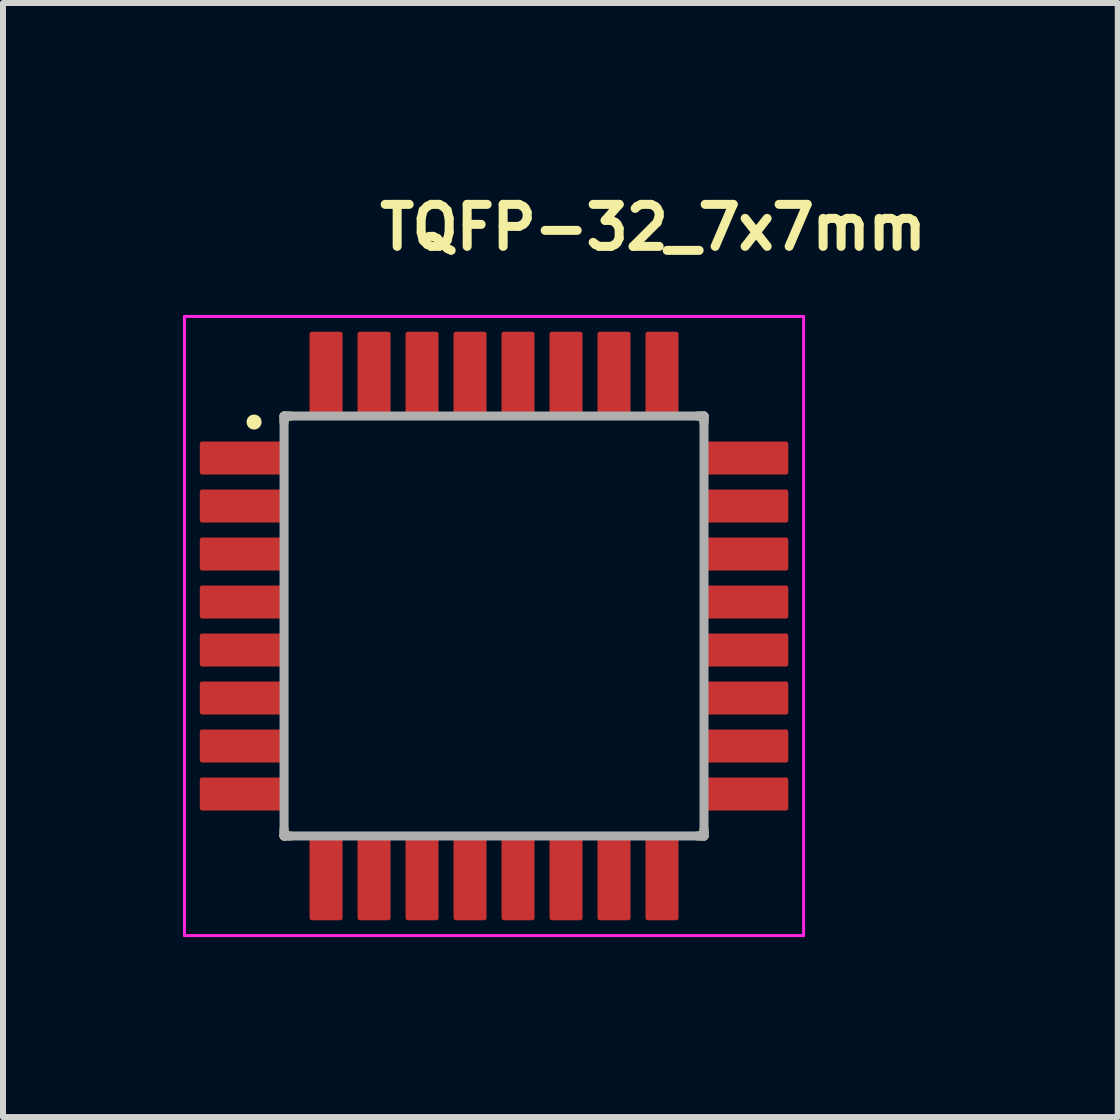
<source format=kicad_pcb>
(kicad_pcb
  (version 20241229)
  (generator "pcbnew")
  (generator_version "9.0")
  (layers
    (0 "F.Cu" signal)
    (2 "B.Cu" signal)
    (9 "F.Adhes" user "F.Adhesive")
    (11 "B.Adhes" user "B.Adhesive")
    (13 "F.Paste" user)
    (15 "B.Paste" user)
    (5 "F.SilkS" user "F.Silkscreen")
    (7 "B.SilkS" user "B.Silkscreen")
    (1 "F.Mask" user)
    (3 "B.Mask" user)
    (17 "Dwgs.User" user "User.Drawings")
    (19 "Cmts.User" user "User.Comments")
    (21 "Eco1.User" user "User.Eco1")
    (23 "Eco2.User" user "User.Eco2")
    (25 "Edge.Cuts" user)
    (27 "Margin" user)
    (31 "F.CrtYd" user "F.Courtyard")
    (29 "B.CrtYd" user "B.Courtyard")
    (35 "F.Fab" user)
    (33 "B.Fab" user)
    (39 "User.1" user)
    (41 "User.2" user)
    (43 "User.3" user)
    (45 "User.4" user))
  (footprint "TQFP-32_7x7mm"
    (layer "F.Cu")
    (at 5.185 7.385)
    (property "Reference" "TQFP-32_7x7mm" (at -1.98 -6.235 0) (layer "F.SilkS") (effects (font (size 0.7 0.7) (thickness 0.15)) (justify left bottom)))
    (attr smd)
    (fp_line (start -3.5 -3.5) (end -3.5 -3.395) (stroke (width 0.15) (type solid)) (layer "F.SilkS"))
    (fp_line (start -3.5 -3.5) (end -3.395 -3.5) (stroke (width 0.15) (type solid)) (layer "F.SilkS"))
    (fp_line (start -3.5 3.5) (end -3.5 3.395) (stroke (width 0.15) (type solid)) (layer "F.SilkS"))
    (fp_line (start -3.5 3.5) (end -3.395 3.5) (stroke (width 0.15) (type solid)) (layer "F.SilkS"))
    (fp_line (start 3.5 -3.5) (end 3.395 -3.5) (stroke (width 0.15) (type solid)) (layer "F.SilkS"))
    (fp_line (start 3.5 -3.5) (end 3.5 -3.395) (stroke (width 0.15) (type solid)) (layer "F.SilkS"))
    (fp_line (start 3.5 3.5) (end 3.395 3.5) (stroke (width 0.15) (type solid)) (layer "F.SilkS"))
    (fp_line (start 3.5 3.5) (end 3.5 3.395) (stroke (width 0.15) (type solid)) (layer "F.SilkS"))
    (fp_circle (center -4 -3.4) (end -3.95 -3.4) (stroke (width 0.15) (type solid)) (fill yes) (layer "F.SilkS"))
    (fp_line (start -5.16 -5.16) (end 5.16 -5.16) (stroke (width 0.05) (type solid)) (layer "F.CrtYd"))
    (fp_line (start -5.16 5.16) (end -5.16 -5.16) (stroke (width 0.05) (type solid)) (layer "F.CrtYd"))
    (fp_line (start -5.16 5.16) (end 5.16 5.16) (stroke (width 0.05) (type solid)) (layer "F.CrtYd"))
    (fp_line (start 5.16 5.16) (end 5.16 -5.16) (stroke (width 0.05) (type solid)) (layer "F.CrtYd"))
    (fp_line (start -3.5 3.5) (end -3.5 -3.5) (stroke (width 0.15) (type solid)) (layer "F.Fab"))
    (fp_line (start 3.5 -3.5) (end -3.5 -3.5) (stroke (width 0.15) (type solid)) (layer "F.Fab"))
    (fp_line (start 3.5 3.5) (end -3.5 3.5) (stroke (width 0.15) (type solid)) (layer "F.Fab"))
    (fp_line (start 3.5 3.5) (end 3.5 -3.5) (stroke (width 0.15) (type solid)) (layer "F.Fab"))
    (fp_rect (start -4.5 -4.5) (end 4.5 4.5) (stroke (width 0.1) (type solid)) (fill no) (layer "User.5"))
    (fp_line (start -4.5 -2.612) (end -4.5 -2.987) (stroke (width 0.02) (type solid)) (layer "User.9"))
    (fp_line (start -4.5 -1.812) (end -4.5 -2.188) (stroke (width 0.02) (type solid)) (layer "User.9"))
    (fp_line (start -4.5 -1.012) (end -4.5 -1.388) (stroke (width 0.02) (type solid)) (layer "User.9"))
    (fp_line (start -4.5 -0.212) (end -4.5 -0.588) (stroke (width 0.02) (type solid)) (layer "User.9"))
    (fp_line (start -4.5 0.588) (end -4.5 0.212) (stroke (width 0.02) (type solid)) (layer "User.9"))
    (fp_line (start -4.5 1.388) (end -4.5 1.012) (stroke (width 0.02) (type solid)) (layer "User.9"))
    (fp_line (start -4.5 2.188) (end -4.5 1.812) (stroke (width 0.02) (type solid)) (layer "User.9"))
    (fp_line (start -4.5 2.987) (end -4.5 2.612) (stroke (width 0.02) (type solid)) (layer "User.9"))
    (fp_line (start -4.166 -2.987) (end -4.5 -2.987) (stroke (width 0.02) (type solid)) (layer "User.9"))
    (fp_line (start -4.166 -2.612) (end -4.5 -2.612) (stroke (width 0.02) (type solid)) (layer "User.9"))
    (fp_line (start -4.166 -2.188) (end -4.5 -2.188) (stroke (width 0.02) (type solid)) (layer "User.9"))
    (fp_line (start -4.166 -1.812) (end -4.5 -1.812) (stroke (width 0.02) (type solid)) (layer "User.9"))
    (fp_line (start -4.166 -1.388) (end -4.5 -1.388) (stroke (width 0.02) (type solid)) (layer "User.9"))
    (fp_line (start -4.166 -1.012) (end -4.5 -1.012) (stroke (width 0.02) (type solid)) (layer "User.9"))
    (fp_line (start -4.166 -0.588) (end -4.5 -0.588) (stroke (width 0.02) (type solid)) (layer "User.9"))
    (fp_line (start -4.166 -0.212) (end -4.5 -0.212) (stroke (width 0.02) (type solid)) (layer "User.9"))
    (fp_line (start -4.166 0.212) (end -4.5 0.212) (stroke (width 0.02) (type solid)) (layer "User.9"))
    (fp_line (start -4.166 0.588) (end -4.5 0.588) (stroke (width 0.02) (type solid)) (layer "User.9"))
    (fp_line (start -4.166 1.012) (end -4.5 1.012) (stroke (width 0.02) (type solid)) (layer "User.9"))
    (fp_line (start -4.166 1.388) (end -4.5 1.388) (stroke (width 0.02) (type solid)) (layer "User.9"))
    (fp_line (start -4.166 1.812) (end -4.5 1.812) (stroke (width 0.02) (type solid)) (layer "User.9"))
    (fp_line (start -4.166 2.188) (end -4.5 2.188) (stroke (width 0.02) (type solid)) (layer "User.9"))
    (fp_line (start -4.166 2.612) (end -4.5 2.612) (stroke (width 0.02) (type solid)) (layer "User.9"))
    (fp_line (start -4.166 2.987) (end -4.5 2.987) (stroke (width 0.02) (type solid)) (layer "User.9"))
    (fp_line (start -4.043 -2.987) (end -4.166 -2.987) (stroke (width 0.02) (type solid)) (layer "User.9"))
    (fp_line (start -4.043 -2.612) (end -4.166 -2.612) (stroke (width 0.02) (type solid)) (layer "User.9"))
    (fp_line (start -4.043 -2.188) (end -4.166 -2.188) (stroke (width 0.02) (type solid)) (layer "User.9"))
    (fp_line (start -4.043 -1.812) (end -4.166 -1.812) (stroke (width 0.02) (type solid)) (layer "User.9"))
    (fp_line (start -4.043 -1.388) (end -4.166 -1.388) (stroke (width 0.02) (type solid)) (layer "User.9"))
    (fp_line (start -4.043 -1.012) (end -4.166 -1.012) (stroke (width 0.02) (type solid)) (layer "User.9"))
    (fp_line (start -4.043 -0.588) (end -4.166 -0.588) (stroke (width 0.02) (type solid)) (layer "User.9"))
    (fp_line (start -4.043 -0.212) (end -4.166 -0.212) (stroke (width 0.02) (type solid)) (layer "User.9"))
    (fp_line (start -4.043 0.212) (end -4.166 0.212) (stroke (width 0.02) (type solid)) (layer "User.9"))
    (fp_line (start -4.043 0.588) (end -4.166 0.588) (stroke (width 0.02) (type solid)) (layer "User.9"))
    (fp_line (start -4.043 1.012) (end -4.166 1.012) (stroke (width 0.02) (type solid)) (layer "User.9"))
    (fp_line (start -4.043 1.388) (end -4.166 1.388) (stroke (width 0.02) (type solid)) (layer "User.9"))
    (fp_line (start -4.043 1.812) (end -4.166 1.812) (stroke (width 0.02) (type solid)) (layer "User.9"))
    (fp_line (start -4.043 2.188) (end -4.166 2.188) (stroke (width 0.02) (type solid)) (layer "User.9"))
    (fp_line (start -4.043 2.612) (end -4.166 2.612) (stroke (width 0.02) (type solid)) (layer "User.9"))
    (fp_line (start -4.043 2.987) (end -4.166 2.987) (stroke (width 0.02) (type solid)) (layer "User.9"))
    (fp_line (start -4 -2.987) (end -4.043 -2.987) (stroke (width 0.02) (type solid)) (layer "User.9"))
    (fp_line (start -4 -2.612) (end -4.043 -2.612) (stroke (width 0.02) (type solid)) (layer "User.9"))
    (fp_line (start -4 -2.188) (end -4.043 -2.188) (stroke (width 0.02) (type solid)) (layer "User.9"))
    (fp_line (start -4 -1.812) (end -4.043 -1.812) (stroke (width 0.02) (type solid)) (layer "User.9"))
    (fp_line (start -4 -1.388) (end -4.043 -1.388) (stroke (width 0.02) (type solid)) (layer "User.9"))
    (fp_line (start -4 -1.012) (end -4.043 -1.012) (stroke (width 0.02) (type solid)) (layer "User.9"))
    (fp_line (start -4 -0.588) (end -4.043 -0.588) (stroke (width 0.02) (type solid)) (layer "User.9"))
    (fp_line (start -4 -0.212) (end -4.043 -0.212) (stroke (width 0.02) (type solid)) (layer "User.9"))
    (fp_line (start -4 0.212) (end -4.043 0.212) (stroke (width 0.02) (type solid)) (layer "User.9"))
    (fp_line (start -4 0.588) (end -4.043 0.588) (stroke (width 0.02) (type solid)) (layer "User.9"))
    (fp_line (start -4 1.012) (end -4.043 1.012) (stroke (width 0.02) (type solid)) (layer "User.9"))
    (fp_line (start -4 1.388) (end -4.043 1.388) (stroke (width 0.02) (type solid)) (layer "User.9"))
    (fp_line (start -4 1.812) (end -4.043 1.812) (stroke (width 0.02) (type solid)) (layer "User.9"))
    (fp_line (start -4 2.188) (end -4.043 2.188) (stroke (width 0.02) (type solid)) (layer "User.9"))
    (fp_line (start -4 2.612) (end -4.043 2.612) (stroke (width 0.02) (type solid)) (layer "User.9"))
    (fp_line (start -4 2.987) (end -4.043 2.987) (stroke (width 0.02) (type solid)) (layer "User.9"))
    (fp_line (start -3.726 -2.987) (end -4 -2.987) (stroke (width 0.02) (type solid)) (layer "User.9"))
    (fp_line (start -3.726 -2.612) (end -4 -2.612) (stroke (width 0.02) (type solid)) (layer "User.9"))
    (fp_line (start -3.726 -2.188) (end -4 -2.188) (stroke (width 0.02) (type solid)) (layer "User.9"))
    (fp_line (start -3.726 -1.812) (end -4 -1.812) (stroke (width 0.02) (type solid)) (layer "User.9"))
    (fp_line (start -3.726 -1.388) (end -4 -1.388) (stroke (width 0.02) (type solid)) (layer "User.9"))
    (fp_line (start -3.726 -1.012) (end -4 -1.012) (stroke (width 0.02) (type solid)) (layer "User.9"))
    (fp_line (start -3.726 -0.588) (end -4 -0.588) (stroke (width 0.02) (type solid)) (layer "User.9"))
    (fp_line (start -3.726 -0.212) (end -4 -0.212) (stroke (width 0.02) (type solid)) (layer "User.9"))
    (fp_line (start -3.726 0.212) (end -4 0.212) (stroke (width 0.02) (type solid)) (layer "User.9"))
    (fp_line (start -3.726 0.588) (end -4 0.588) (stroke (width 0.02) (type solid)) (layer "User.9"))
    (fp_line (start -3.726 1.012) (end -4 1.012) (stroke (width 0.02) (type solid)) (layer "User.9"))
    (fp_line (start -3.726 1.388) (end -4 1.388) (stroke (width 0.02) (type solid)) (layer "User.9"))
    (fp_line (start -3.726 1.812) (end -4 1.812) (stroke (width 0.02) (type solid)) (layer "User.9"))
    (fp_line (start -3.726 2.188) (end -4 2.188) (stroke (width 0.02) (type solid)) (layer "User.9"))
    (fp_line (start -3.726 2.612) (end -4 2.612) (stroke (width 0.02) (type solid)) (layer "User.9"))
    (fp_line (start -3.726 2.987) (end -4 2.987) (stroke (width 0.02) (type solid)) (layer "User.9"))
    (fp_line (start -3.5 -3.1) (end -3.5 3.1) (stroke (width 0.02) (type solid)) (layer "User.9"))
    (fp_line (start -3.5 -2.987) (end -3.726 -2.987) (stroke (width 0.02) (type solid)) (layer "User.9"))
    (fp_line (start -3.5 -2.612) (end -3.726 -2.612) (stroke (width 0.02) (type solid)) (layer "User.9"))
    (fp_line (start -3.5 -2.612) (end -3.5 -2.987) (stroke (width 0.02) (type solid)) (layer "User.9"))
    (fp_line (start -3.5 -2.188) (end -3.726 -2.188) (stroke (width 0.02) (type solid)) (layer "User.9"))
    (fp_line (start -3.5 -1.812) (end -3.726 -1.812) (stroke (width 0.02) (type solid)) (layer "User.9"))
    (fp_line (start -3.5 -1.812) (end -3.5 -2.188) (stroke (width 0.02) (type solid)) (layer "User.9"))
    (fp_line (start -3.5 -1.388) (end -3.726 -1.388) (stroke (width 0.02) (type solid)) (layer "User.9"))
    (fp_line (start -3.5 -1.012) (end -3.726 -1.012) (stroke (width 0.02) (type solid)) (layer "User.9"))
    (fp_line (start -3.5 -1.012) (end -3.5 -1.388) (stroke (width 0.02) (type solid)) (layer "User.9"))
    (fp_line (start -3.5 -0.588) (end -3.726 -0.588) (stroke (width 0.02) (type solid)) (layer "User.9"))
    (fp_line (start -3.5 -0.212) (end -3.726 -0.212) (stroke (width 0.02) (type solid)) (layer "User.9"))
    (fp_line (start -3.5 -0.212) (end -3.5 -0.588) (stroke (width 0.02) (type solid)) (layer "User.9"))
    (fp_line (start -3.5 0.212) (end -3.726 0.212) (stroke (width 0.02) (type solid)) (layer "User.9"))
    (fp_line (start -3.5 0.588) (end -3.726 0.588) (stroke (width 0.02) (type solid)) (layer "User.9"))
    (fp_line (start -3.5 0.588) (end -3.5 0.212) (stroke (width 0.02) (type solid)) (layer "User.9"))
    (fp_line (start -3.5 1.012) (end -3.726 1.012) (stroke (width 0.02) (type solid)) (layer "User.9"))
    (fp_line (start -3.5 1.388) (end -3.726 1.388) (stroke (width 0.02) (type solid)) (layer "User.9"))
    (fp_line (start -3.5 1.388) (end -3.5 1.012) (stroke (width 0.02) (type solid)) (layer "User.9"))
    (fp_line (start -3.5 1.812) (end -3.726 1.812) (stroke (width 0.02) (type solid)) (layer "User.9"))
    (fp_line (start -3.5 2.188) (end -3.726 2.188) (stroke (width 0.02) (type solid)) (layer "User.9"))
    (fp_line (start -3.5 2.188) (end -3.5 1.812) (stroke (width 0.02) (type solid)) (layer "User.9"))
    (fp_line (start -3.5 2.612) (end -3.726 2.612) (stroke (width 0.02) (type solid)) (layer "User.9"))
    (fp_line (start -3.5 2.987) (end -3.726 2.987) (stroke (width 0.02) (type solid)) (layer "User.9"))
    (fp_line (start -3.5 2.987) (end -3.5 2.612) (stroke (width 0.02) (type solid)) (layer "User.9"))
    (fp_line (start -3.5 3.1) (end -3.1 3.5) (stroke (width 0.02) (type solid)) (layer "User.9"))
    (fp_line (start -3.436 -3.074) (end -3.5 -3.1) (stroke (width 0.02) (type solid)) (layer "User.9"))
    (fp_line (start -3.436 -3.074) (end -3.436 3.074) (stroke (width 0.02) (type solid)) (layer "User.9"))
    (fp_line (start -3.436 3.074) (end -3.5 3.1) (stroke (width 0.02) (type solid)) (layer "User.9"))
    (fp_line (start -3.436 3.074) (end -3.074 3.436) (stroke (width 0.02) (type solid)) (layer "User.9"))
    (fp_line (start -3.1 -3.5) (end -3.5 -3.1) (stroke (width 0.02) (type solid)) (layer "User.9"))
    (fp_line (start -3.1 3.5) (end 3.1 3.5) (stroke (width 0.02) (type solid)) (layer "User.9"))
    (fp_line (start -3.074 -3.436) (end -3.436 -3.074) (stroke (width 0.02) (type solid)) (layer "User.9"))
    (fp_line (start -3.074 -3.436) (end -3.1 -3.5) (stroke (width 0.02) (type solid)) (layer "User.9"))
    (fp_line (start -3.074 3.436) (end -3.1 3.5) (stroke (width 0.02) (type solid)) (layer "User.9"))
    (fp_line (start -3.074 3.436) (end 3.074 3.436) (stroke (width 0.02) (type solid)) (layer "User.9"))
    (fp_line (start -3.05 -2.808) (end -3.05 -2.8) (stroke (width 0.02) (type solid)) (layer "User.9"))
    (fp_line (start -3.05 -2.808) (end -3.05 -2.8) (stroke (width 0.02) (type solid)) (layer "User.9"))
    (fp_line (start -3.05 -2.8) (end -3.049 -2.783) (stroke (width 0.02) (type solid)) (layer "User.9"))
    (fp_line (start -3.05 -2.8) (end -3.049 -2.783) (stroke (width 0.02) (type solid)) (layer "User.9"))
    (fp_line (start -3.049 -2.825) (end -3.049 -2.817) (stroke (width 0.02) (type solid)) (layer "User.9"))
    (fp_line (start -3.049 -2.825) (end -3.049 -2.817) (stroke (width 0.02) (type solid)) (layer "User.9"))
    (fp_line (start -3.049 -2.817) (end -3.05 -2.808) (stroke (width 0.02) (type solid)) (layer "User.9"))
    (fp_line (start -3.049 -2.817) (end -3.05 -2.808) (stroke (width 0.02) (type solid)) (layer "User.9"))
    (fp_line (start -3.049 -2.783) (end -3.048 -2.767) (stroke (width 0.02) (type solid)) (layer "User.9"))
    (fp_line (start -3.049 -2.783) (end -3.048 -2.767) (stroke (width 0.02) (type solid)) (layer "User.9"))
    (fp_line (start -3.048 -2.833) (end -3.049 -2.825) (stroke (width 0.02) (type solid)) (layer "User.9"))
    (fp_line (start -3.048 -2.833) (end -3.049 -2.825) (stroke (width 0.02) (type solid)) (layer "User.9"))
    (fp_line (start -3.048 -2.767) (end -3.045 -2.751) (stroke (width 0.02) (type solid)) (layer "User.9"))
    (fp_line (start -3.048 -2.767) (end -3.045 -2.751) (stroke (width 0.02) (type solid)) (layer "User.9"))
    (fp_line (start -3.047 -2.841) (end -3.048 -2.833) (stroke (width 0.02) (type solid)) (layer "User.9"))
    (fp_line (start -3.047 -2.841) (end -3.048 -2.833) (stroke (width 0.02) (type solid)) (layer "User.9"))
    (fp_line (start -3.045 -2.849) (end -3.047 -2.841) (stroke (width 0.02) (type solid)) (layer "User.9"))
    (fp_line (start -3.045 -2.849) (end -3.047 -2.841) (stroke (width 0.02) (type solid)) (layer "User.9"))
    (fp_line (start -3.045 -2.751) (end -3.041 -2.735) (stroke (width 0.02) (type solid)) (layer "User.9"))
    (fp_line (start -3.045 -2.751) (end -3.041 -2.735) (stroke (width 0.02) (type solid)) (layer "User.9"))
    (fp_line (start -3.043 -2.857) (end -3.045 -2.849) (stroke (width 0.02) (type solid)) (layer "User.9"))
    (fp_line (start -3.043 -2.857) (end -3.045 -2.849) (stroke (width 0.02) (type solid)) (layer "User.9"))
    (fp_line (start -3.041 -2.865) (end -3.043 -2.857) (stroke (width 0.02) (type solid)) (layer "User.9"))
    (fp_line (start -3.041 -2.865) (end -3.043 -2.857) (stroke (width 0.02) (type solid)) (layer "User.9"))
    (fp_line (start -3.041 -2.735) (end -3.037 -2.719) (stroke (width 0.02) (type solid)) (layer "User.9"))
    (fp_line (start -3.041 -2.735) (end -3.037 -2.719) (stroke (width 0.02) (type solid)) (layer "User.9"))
    (fp_line (start -3.039 -2.873) (end -3.041 -2.865) (stroke (width 0.02) (type solid)) (layer "User.9"))
    (fp_line (start -3.039 -2.873) (end -3.041 -2.865) (stroke (width 0.02) (type solid)) (layer "User.9"))
    (fp_line (start -3.037 -2.881) (end -3.039 -2.873) (stroke (width 0.02) (type solid)) (layer "User.9"))
    (fp_line (start -3.037 -2.881) (end -3.039 -2.873) (stroke (width 0.02) (type solid)) (layer "User.9"))
    (fp_line (start -3.037 -2.719) (end -3.031 -2.704) (stroke (width 0.02) (type solid)) (layer "User.9"))
    (fp_line (start -3.037 -2.719) (end -3.031 -2.704) (stroke (width 0.02) (type solid)) (layer "User.9"))
    (fp_line (start -3.034 -2.888) (end -3.037 -2.881) (stroke (width 0.02) (type solid)) (layer "User.9"))
    (fp_line (start -3.034 -2.888) (end -3.037 -2.881) (stroke (width 0.02) (type solid)) (layer "User.9"))
    (fp_line (start -3.031 -2.896) (end -3.034 -2.888) (stroke (width 0.02) (type solid)) (layer "User.9"))
    (fp_line (start -3.031 -2.896) (end -3.034 -2.888) (stroke (width 0.02) (type solid)) (layer "User.9"))
    (fp_line (start -3.031 -2.704) (end -3.024 -2.689) (stroke (width 0.02) (type solid)) (layer "User.9"))
    (fp_line (start -3.031 -2.704) (end -3.024 -2.689) (stroke (width 0.02) (type solid)) (layer "User.9"))
    (fp_line (start -3.028 -2.903) (end -3.031 -2.896) (stroke (width 0.02) (type solid)) (layer "User.9"))
    (fp_line (start -3.028 -2.903) (end -3.031 -2.896) (stroke (width 0.02) (type solid)) (layer "User.9"))
    (fp_line (start -3.024 -2.911) (end -3.028 -2.903) (stroke (width 0.02) (type solid)) (layer "User.9"))
    (fp_line (start -3.024 -2.911) (end -3.028 -2.903) (stroke (width 0.02) (type solid)) (layer "User.9"))
    (fp_line (start -3.024 -2.689) (end -3.017 -2.675) (stroke (width 0.02) (type solid)) (layer "User.9"))
    (fp_line (start -3.024 -2.689) (end -3.017 -2.675) (stroke (width 0.02) (type solid)) (layer "User.9"))
    (fp_line (start -3.02 -2.918) (end -3.024 -2.911) (stroke (width 0.02) (type solid)) (layer "User.9"))
    (fp_line (start -3.02 -2.918) (end -3.024 -2.911) (stroke (width 0.02) (type solid)) (layer "User.9"))
    (fp_line (start -3.017 -2.925) (end -3.02 -2.918) (stroke (width 0.02) (type solid)) (layer "User.9"))
    (fp_line (start -3.017 -2.925) (end -3.02 -2.918) (stroke (width 0.02) (type solid)) (layer "User.9"))
    (fp_line (start -3.017 -2.675) (end -3.008 -2.661) (stroke (width 0.02) (type solid)) (layer "User.9"))
    (fp_line (start -3.017 -2.675) (end -3.008 -2.661) (stroke (width 0.02) (type solid)) (layer "User.9"))
    (fp_line (start -3.012 -2.932) (end -3.017 -2.925) (stroke (width 0.02) (type solid)) (layer "User.9"))
    (fp_line (start -3.012 -2.932) (end -3.017 -2.925) (stroke (width 0.02) (type solid)) (layer "User.9"))
    (fp_line (start -3.008 -2.939) (end -3.012 -2.932) (stroke (width 0.02) (type solid)) (layer "User.9"))
    (fp_line (start -3.008 -2.939) (end -3.012 -2.932) (stroke (width 0.02) (type solid)) (layer "User.9"))
    (fp_line (start -3.008 -2.661) (end -2.999 -2.648) (stroke (width 0.02) (type solid)) (layer "User.9"))
    (fp_line (start -3.008 -2.661) (end -2.999 -2.648) (stroke (width 0.02) (type solid)) (layer "User.9"))
    (fp_line (start -3.003 -2.945) (end -3.008 -2.939) (stroke (width 0.02) (type solid)) (layer "User.9"))
    (fp_line (start -3.003 -2.945) (end -3.008 -2.939) (stroke (width 0.02) (type solid)) (layer "User.9"))
    (fp_line (start -2.999 -2.952) (end -3.003 -2.945) (stroke (width 0.02) (type solid)) (layer "User.9"))
    (fp_line (start -2.999 -2.952) (end -3.003 -2.945) (stroke (width 0.02) (type solid)) (layer "User.9"))
    (fp_line (start -2.999 -2.648) (end -2.988 -2.636) (stroke (width 0.02) (type solid)) (layer "User.9"))
    (fp_line (start -2.999 -2.648) (end -2.988 -2.636) (stroke (width 0.02) (type solid)) (layer "User.9"))
    (fp_line (start -2.994 -2.958) (end -2.999 -2.952) (stroke (width 0.02) (type solid)) (layer "User.9"))
    (fp_line (start -2.994 -2.958) (end -2.999 -2.952) (stroke (width 0.02) (type solid)) (layer "User.9"))
    (fp_line (start -2.988 -2.964) (end -2.994 -2.958) (stroke (width 0.02) (type solid)) (layer "User.9"))
    (fp_line (start -2.988 -2.964) (end -2.994 -2.958) (stroke (width 0.02) (type solid)) (layer "User.9"))
    (fp_line (start -2.988 -2.636) (end -2.977 -2.624) (stroke (width 0.02) (type solid)) (layer "User.9"))
    (fp_line (start -2.988 -2.636) (end -2.977 -2.624) (stroke (width 0.02) (type solid)) (layer "User.9"))
    (fp_line (start -2.987 -4.5) (end -2.612 -4.5) (stroke (width 0.02) (type solid)) (layer "User.9"))
    (fp_line (start -2.987 -4.166) (end -2.987 -4.5) (stroke (width 0.02) (type solid)) (layer "User.9"))
    (fp_line (start -2.987 -4.043) (end -2.987 -4.166) (stroke (width 0.02) (type solid)) (layer "User.9"))
    (fp_line (start -2.987 -4) (end -2.987 -4.043) (stroke (width 0.02) (type solid)) (layer "User.9"))
    (fp_line (start -2.987 -3.726) (end -2.987 -4) (stroke (width 0.02) (type solid)) (layer "User.9"))
    (fp_line (start -2.987 -3.5) (end -2.987 -3.726) (stroke (width 0.02) (type solid)) (layer "User.9"))
    (fp_line (start -2.987 -3.5) (end -2.612 -3.5) (stroke (width 0.02) (type solid)) (layer "User.9"))
    (fp_line (start -2.987 3.5) (end -2.987 3.726) (stroke (width 0.02) (type solid)) (layer "User.9"))
    (fp_line (start -2.987 3.726) (end -2.987 4) (stroke (width 0.02) (type solid)) (layer "User.9"))
    (fp_line (start -2.987 4) (end -2.987 4.043) (stroke (width 0.02) (type solid)) (layer "User.9"))
    (fp_line (start -2.987 4.043) (end -2.987 4.166) (stroke (width 0.02) (type solid)) (layer "User.9"))
    (fp_line (start -2.987 4.166) (end -2.987 4.5) (stroke (width 0.02) (type solid)) (layer "User.9"))
    (fp_line (start -2.983 -2.971) (end -2.988 -2.964) (stroke (width 0.02) (type solid)) (layer "User.9"))
    (fp_line (start -2.983 -2.971) (end -2.988 -2.964) (stroke (width 0.02) (type solid)) (layer "User.9"))
    (fp_line (start -2.977 -2.976) (end -2.983 -2.971) (stroke (width 0.02) (type solid)) (layer "User.9"))
    (fp_line (start -2.977 -2.976) (end -2.983 -2.971) (stroke (width 0.02) (type solid)) (layer "User.9"))
    (fp_line (start -2.977 -2.624) (end -2.965 -2.612) (stroke (width 0.02) (type solid)) (layer "User.9"))
    (fp_line (start -2.977 -2.624) (end -2.965 -2.612) (stroke (width 0.02) (type solid)) (layer "User.9"))
    (fp_line (start -2.971 -2.982) (end -2.977 -2.976) (stroke (width 0.02) (type solid)) (layer "User.9"))
    (fp_line (start -2.971 -2.982) (end -2.977 -2.976) (stroke (width 0.02) (type solid)) (layer "User.9"))
    (fp_line (start -2.965 -2.988) (end -2.971 -2.982) (stroke (width 0.02) (type solid)) (layer "User.9"))
    (fp_line (start -2.965 -2.988) (end -2.971 -2.982) (stroke (width 0.02) (type solid)) (layer "User.9"))
    (fp_line (start -2.965 -2.612) (end -2.953 -2.602) (stroke (width 0.02) (type solid)) (layer "User.9"))
    (fp_line (start -2.965 -2.612) (end -2.953 -2.602) (stroke (width 0.02) (type solid)) (layer "User.9"))
    (fp_line (start -2.959 -2.993) (end -2.965 -2.988) (stroke (width 0.02) (type solid)) (layer "User.9"))
    (fp_line (start -2.959 -2.993) (end -2.965 -2.988) (stroke (width 0.02) (type solid)) (layer "User.9"))
    (fp_line (start -2.953 -2.998) (end -2.959 -2.993) (stroke (width 0.02) (type solid)) (layer "User.9"))
    (fp_line (start -2.953 -2.998) (end -2.959 -2.993) (stroke (width 0.02) (type solid)) (layer "User.9"))
    (fp_line (start -2.953 -2.602) (end -2.939 -2.592) (stroke (width 0.02) (type solid)) (layer "User.9"))
    (fp_line (start -2.953 -2.602) (end -2.939 -2.592) (stroke (width 0.02) (type solid)) (layer "User.9"))
    (fp_line (start -2.946 -3.003) (end -2.953 -2.998) (stroke (width 0.02) (type solid)) (layer "User.9"))
    (fp_line (start -2.946 -3.003) (end -2.953 -2.998) (stroke (width 0.02) (type solid)) (layer "User.9"))
    (fp_line (start -2.939 -3.008) (end -2.946 -3.003) (stroke (width 0.02) (type solid)) (layer "User.9"))
    (fp_line (start -2.939 -3.008) (end -2.946 -3.003) (stroke (width 0.02) (type solid)) (layer "User.9"))
    (fp_line (start -2.939 -2.592) (end -2.925 -2.583) (stroke (width 0.02) (type solid)) (layer "User.9"))
    (fp_line (start -2.939 -2.592) (end -2.925 -2.583) (stroke (width 0.02) (type solid)) (layer "User.9"))
    (fp_line (start -2.932 -3.012) (end -2.939 -3.008) (stroke (width 0.02) (type solid)) (layer "User.9"))
    (fp_line (start -2.932 -3.012) (end -2.939 -3.008) (stroke (width 0.02) (type solid)) (layer "User.9"))
    (fp_line (start -2.925 -3.017) (end -2.932 -3.012) (stroke (width 0.02) (type solid)) (layer "User.9"))
    (fp_line (start -2.925 -3.017) (end -2.932 -3.012) (stroke (width 0.02) (type solid)) (layer "User.9"))
    (fp_line (start -2.925 -3.017) (end -2.925 -3.017) (stroke (width 0.02) (type solid)) (layer "User.9"))
    (fp_line (start -2.925 -3.017) (end -2.925 -3.017) (stroke (width 0.02) (type solid)) (layer "User.9"))
    (fp_line (start -2.925 -2.583) (end -2.925 -2.583) (stroke (width 0.02) (type solid)) (layer "User.9"))
    (fp_line (start -2.925 -2.583) (end -2.925 -2.583) (stroke (width 0.02) (type solid)) (layer "User.9"))
    (fp_line (start -2.925 -2.583) (end -2.91 -2.576) (stroke (width 0.02) (type solid)) (layer "User.9"))
    (fp_line (start -2.925 -2.583) (end -2.91 -2.576) (stroke (width 0.02) (type solid)) (layer "User.9"))
    (fp_line (start -2.91 -3.024) (end -2.925 -3.017) (stroke (width 0.02) (type solid)) (layer "User.9"))
    (fp_line (start -2.91 -3.024) (end -2.925 -3.017) (stroke (width 0.02) (type solid)) (layer "User.9"))
    (fp_line (start -2.91 -2.576) (end -2.895 -2.569) (stroke (width 0.02) (type solid)) (layer "User.9"))
    (fp_line (start -2.91 -2.576) (end -2.895 -2.569) (stroke (width 0.02) (type solid)) (layer "User.9"))
    (fp_line (start -2.895 -3.031) (end -2.91 -3.024) (stroke (width 0.02) (type solid)) (layer "User.9"))
    (fp_line (start -2.895 -3.031) (end -2.91 -3.024) (stroke (width 0.02) (type solid)) (layer "User.9"))
    (fp_line (start -2.895 -2.569) (end -2.88 -2.563) (stroke (width 0.02) (type solid)) (layer "User.9"))
    (fp_line (start -2.895 -2.569) (end -2.88 -2.563) (stroke (width 0.02) (type solid)) (layer "User.9"))
    (fp_line (start -2.88 -3.037) (end -2.895 -3.031) (stroke (width 0.02) (type solid)) (layer "User.9"))
    (fp_line (start -2.88 -3.037) (end -2.895 -3.031) (stroke (width 0.02) (type solid)) (layer "User.9"))
    (fp_line (start -2.88 -2.563) (end -2.864 -2.558) (stroke (width 0.02) (type solid)) (layer "User.9"))
    (fp_line (start -2.88 -2.563) (end -2.864 -2.558) (stroke (width 0.02) (type solid)) (layer "User.9"))
    (fp_line (start -2.864 -3.042) (end -2.88 -3.037) (stroke (width 0.02) (type solid)) (layer "User.9"))
    (fp_line (start -2.864 -3.042) (end -2.88 -3.037) (stroke (width 0.02) (type solid)) (layer "User.9"))
    (fp_line (start -2.864 -2.558) (end -2.848 -2.555) (stroke (width 0.02) (type solid)) (layer "User.9"))
    (fp_line (start -2.864 -2.558) (end -2.848 -2.555) (stroke (width 0.02) (type solid)) (layer "User.9"))
    (fp_line (start -2.848 -3.045) (end -2.864 -3.042) (stroke (width 0.02) (type solid)) (layer "User.9"))
    (fp_line (start -2.848 -3.045) (end -2.864 -3.042) (stroke (width 0.02) (type solid)) (layer "User.9"))
    (fp_line (start -2.848 -2.555) (end -2.832 -2.552) (stroke (width 0.02) (type solid)) (layer "User.9"))
    (fp_line (start -2.848 -2.555) (end -2.832 -2.552) (stroke (width 0.02) (type solid)) (layer "User.9"))
    (fp_line (start -2.832 -3.048) (end -2.848 -3.045) (stroke (width 0.02) (type solid)) (layer "User.9"))
    (fp_line (start -2.832 -3.048) (end -2.848 -3.045) (stroke (width 0.02) (type solid)) (layer "User.9"))
    (fp_line (start -2.832 -2.552) (end -2.816 -2.551) (stroke (width 0.02) (type solid)) (layer "User.9"))
    (fp_line (start -2.832 -2.552) (end -2.816 -2.551) (stroke (width 0.02) (type solid)) (layer "User.9"))
    (fp_line (start -2.816 -3.049) (end -2.832 -3.048) (stroke (width 0.02) (type solid)) (layer "User.9"))
    (fp_line (start -2.816 -3.049) (end -2.832 -3.048) (stroke (width 0.02) (type solid)) (layer "User.9"))
    (fp_line (start -2.816 -2.551) (end -2.8 -2.55) (stroke (width 0.02) (type solid)) (layer "User.9"))
    (fp_line (start -2.816 -2.551) (end -2.8 -2.55) (stroke (width 0.02) (type solid)) (layer "User.9"))
    (fp_line (start -2.8 -3.05) (end -2.816 -3.049) (stroke (width 0.02) (type solid)) (layer "User.9"))
    (fp_line (start -2.8 -3.05) (end -2.816 -3.049) (stroke (width 0.02) (type solid)) (layer "User.9"))
    (fp_line (start -2.8 -2.55) (end -2.784 -2.551) (stroke (width 0.02) (type solid)) (layer "User.9"))
    (fp_line (start -2.8 -2.55) (end -2.784 -2.551) (stroke (width 0.02) (type solid)) (layer "User.9"))
    (fp_line (start -2.784 -3.049) (end -2.8 -3.05) (stroke (width 0.02) (type solid)) (layer "User.9"))
    (fp_line (start -2.784 -3.049) (end -2.8 -3.05) (stroke (width 0.02) (type solid)) (layer "User.9"))
    (fp_line (start -2.784 -2.551) (end -2.768 -2.552) (stroke (width 0.02) (type solid)) (layer "User.9"))
    (fp_line (start -2.784 -2.551) (end -2.768 -2.552) (stroke (width 0.02) (type solid)) (layer "User.9"))
    (fp_line (start -2.768 -3.048) (end -2.784 -3.049) (stroke (width 0.02) (type solid)) (layer "User.9"))
    (fp_line (start -2.768 -3.048) (end -2.784 -3.049) (stroke (width 0.02) (type solid)) (layer "User.9"))
    (fp_line (start -2.768 -2.552) (end -2.752 -2.555) (stroke (width 0.02) (type solid)) (layer "User.9"))
    (fp_line (start -2.768 -2.552) (end -2.752 -2.555) (stroke (width 0.02) (type solid)) (layer "User.9"))
    (fp_line (start -2.752 -3.045) (end -2.768 -3.048) (stroke (width 0.02) (type solid)) (layer "User.9"))
    (fp_line (start -2.752 -3.045) (end -2.768 -3.048) (stroke (width 0.02) (type solid)) (layer "User.9"))
    (fp_line (start -2.752 -2.555) (end -2.736 -2.558) (stroke (width 0.02) (type solid)) (layer "User.9"))
    (fp_line (start -2.752 -2.555) (end -2.736 -2.558) (stroke (width 0.02) (type solid)) (layer "User.9"))
    (fp_line (start -2.736 -3.042) (end -2.752 -3.045) (stroke (width 0.02) (type solid)) (layer "User.9"))
    (fp_line (start -2.736 -3.042) (end -2.752 -3.045) (stroke (width 0.02) (type solid)) (layer "User.9"))
    (fp_line (start -2.736 -2.558) (end -2.72 -2.563) (stroke (width 0.02) (type solid)) (layer "User.9"))
    (fp_line (start -2.736 -2.558) (end -2.72 -2.563) (stroke (width 0.02) (type solid)) (layer "User.9"))
    (fp_line (start -2.72 -3.037) (end -2.736 -3.042) (stroke (width 0.02) (type solid)) (layer "User.9"))
    (fp_line (start -2.72 -3.037) (end -2.736 -3.042) (stroke (width 0.02) (type solid)) (layer "User.9"))
    (fp_line (start -2.72 -2.563) (end -2.705 -2.569) (stroke (width 0.02) (type solid)) (layer "User.9"))
    (fp_line (start -2.72 -2.563) (end -2.705 -2.569) (stroke (width 0.02) (type solid)) (layer "User.9"))
    (fp_line (start -2.705 -3.031) (end -2.72 -3.037) (stroke (width 0.02) (type solid)) (layer "User.9"))
    (fp_line (start -2.705 -3.031) (end -2.72 -3.037) (stroke (width 0.02) (type solid)) (layer "User.9"))
    (fp_line (start -2.705 -2.569) (end -2.69 -2.576) (stroke (width 0.02) (type solid)) (layer "User.9"))
    (fp_line (start -2.705 -2.569) (end -2.69 -2.576) (stroke (width 0.02) (type solid)) (layer "User.9"))
    (fp_line (start -2.69 -3.024) (end -2.705 -3.031) (stroke (width 0.02) (type solid)) (layer "User.9"))
    (fp_line (start -2.69 -3.024) (end -2.705 -3.031) (stroke (width 0.02) (type solid)) (layer "User.9"))
    (fp_line (start -2.69 -2.576) (end -2.675 -2.583) (stroke (width 0.02) (type solid)) (layer "User.9"))
    (fp_line (start -2.69 -2.576) (end -2.675 -2.583) (stroke (width 0.02) (type solid)) (layer "User.9"))
    (fp_line (start -2.675 -3.017) (end -2.69 -3.024) (stroke (width 0.02) (type solid)) (layer "User.9"))
    (fp_line (start -2.675 -3.017) (end -2.69 -3.024) (stroke (width 0.02) (type solid)) (layer "User.9"))
    (fp_line (start -2.675 -3.017) (end -2.675 -3.017) (stroke (width 0.02) (type solid)) (layer "User.9"))
    (fp_line (start -2.675 -3.017) (end -2.675 -3.017) (stroke (width 0.02) (type solid)) (layer "User.9"))
    (fp_line (start -2.675 -2.583) (end -2.675 -2.583) (stroke (width 0.02) (type solid)) (layer "User.9"))
    (fp_line (start -2.675 -2.583) (end -2.675 -2.583) (stroke (width 0.02) (type solid)) (layer "User.9"))
    (fp_line (start -2.675 -2.583) (end -2.668 -2.588) (stroke (width 0.02) (type solid)) (layer "User.9"))
    (fp_line (start -2.675 -2.583) (end -2.668 -2.588) (stroke (width 0.02) (type solid)) (layer "User.9"))
    (fp_line (start -2.668 -2.588) (end -2.661 -2.592) (stroke (width 0.02) (type solid)) (layer "User.9"))
    (fp_line (start -2.668 -2.588) (end -2.661 -2.592) (stroke (width 0.02) (type solid)) (layer "User.9"))
    (fp_line (start -2.661 -3.008) (end -2.675 -3.017) (stroke (width 0.02) (type solid)) (layer "User.9"))
    (fp_line (start -2.661 -3.008) (end -2.675 -3.017) (stroke (width 0.02) (type solid)) (layer "User.9"))
    (fp_line (start -2.661 -2.592) (end -2.654 -2.597) (stroke (width 0.02) (type solid)) (layer "User.9"))
    (fp_line (start -2.661 -2.592) (end -2.654 -2.597) (stroke (width 0.02) (type solid)) (layer "User.9"))
    (fp_line (start -2.654 -2.597) (end -2.647 -2.602) (stroke (width 0.02) (type solid)) (layer "User.9"))
    (fp_line (start -2.654 -2.597) (end -2.647 -2.602) (stroke (width 0.02) (type solid)) (layer "User.9"))
    (fp_line (start -2.647 -2.998) (end -2.661 -3.008) (stroke (width 0.02) (type solid)) (layer "User.9"))
    (fp_line (start -2.647 -2.998) (end -2.661 -3.008) (stroke (width 0.02) (type solid)) (layer "User.9"))
    (fp_line (start -2.647 -2.602) (end -2.641 -2.607) (stroke (width 0.02) (type solid)) (layer "User.9"))
    (fp_line (start -2.647 -2.602) (end -2.641 -2.607) (stroke (width 0.02) (type solid)) (layer "User.9"))
    (fp_line (start -2.641 -2.607) (end -2.635 -2.612) (stroke (width 0.02) (type solid)) (layer "User.9"))
    (fp_line (start -2.641 -2.607) (end -2.635 -2.612) (stroke (width 0.02) (type solid)) (layer "User.9"))
    (fp_line (start -2.635 -2.988) (end -2.647 -2.998) (stroke (width 0.02) (type solid)) (layer "User.9"))
    (fp_line (start -2.635 -2.988) (end -2.647 -2.998) (stroke (width 0.02) (type solid)) (layer "User.9"))
    (fp_line (start -2.635 -2.612) (end -2.629 -2.618) (stroke (width 0.02) (type solid)) (layer "User.9"))
    (fp_line (start -2.635 -2.612) (end -2.629 -2.618) (stroke (width 0.02) (type solid)) (layer "User.9"))
    (fp_line (start -2.629 -2.618) (end -2.623 -2.624) (stroke (width 0.02) (type solid)) (layer "User.9"))
    (fp_line (start -2.629 -2.618) (end -2.623 -2.624) (stroke (width 0.02) (type solid)) (layer "User.9"))
    (fp_line (start -2.623 -2.976) (end -2.635 -2.988) (stroke (width 0.02) (type solid)) (layer "User.9"))
    (fp_line (start -2.623 -2.976) (end -2.635 -2.988) (stroke (width 0.02) (type solid)) (layer "User.9"))
    (fp_line (start -2.623 -2.624) (end -2.617 -2.629) (stroke (width 0.02) (type solid)) (layer "User.9"))
    (fp_line (start -2.623 -2.624) (end -2.617 -2.629) (stroke (width 0.02) (type solid)) (layer "User.9"))
    (fp_line (start -2.617 -2.629) (end -2.612 -2.636) (stroke (width 0.02) (type solid)) (layer "User.9"))
    (fp_line (start -2.617 -2.629) (end -2.612 -2.636) (stroke (width 0.02) (type solid)) (layer "User.9"))
    (fp_line (start -2.612 -4.166) (end -2.612 -4.5) (stroke (width 0.02) (type solid)) (layer "User.9"))
    (fp_line (start -2.612 -4.043) (end -2.612 -4.166) (stroke (width 0.02) (type solid)) (layer "User.9"))
    (fp_line (start -2.612 -4) (end -2.612 -4.043) (stroke (width 0.02) (type solid)) (layer "User.9"))
    (fp_line (start -2.612 -3.726) (end -2.612 -4) (stroke (width 0.02) (type solid)) (layer "User.9"))
    (fp_line (start -2.612 -3.5) (end -2.612 -3.726) (stroke (width 0.02) (type solid)) (layer "User.9"))
    (fp_line (start -2.612 -2.964) (end -2.623 -2.976) (stroke (width 0.02) (type solid)) (layer "User.9"))
    (fp_line (start -2.612 -2.964) (end -2.623 -2.976) (stroke (width 0.02) (type solid)) (layer "User.9"))
    (fp_line (start -2.612 -2.636) (end -2.606 -2.642) (stroke (width 0.02) (type solid)) (layer "User.9"))
    (fp_line (start -2.612 -2.636) (end -2.606 -2.642) (stroke (width 0.02) (type solid)) (layer "User.9"))
    (fp_line (start -2.612 3.5) (end -2.987 3.5) (stroke (width 0.02) (type solid)) (layer "User.9"))
    (fp_line (start -2.612 3.5) (end -2.612 3.726) (stroke (width 0.02) (type solid)) (layer "User.9"))
    (fp_line (start -2.612 3.726) (end -2.612 4) (stroke (width 0.02) (type solid)) (layer "User.9"))
    (fp_line (start -2.612 4) (end -2.612 4.043) (stroke (width 0.02) (type solid)) (layer "User.9"))
    (fp_line (start -2.612 4.043) (end -2.612 4.166) (stroke (width 0.02) (type solid)) (layer "User.9"))
    (fp_line (start -2.612 4.166) (end -2.612 4.5) (stroke (width 0.02) (type solid)) (layer "User.9"))
    (fp_line (start -2.612 4.5) (end -2.987 4.5) (stroke (width 0.02) (type solid)) (layer "User.9"))
    (fp_line (start -2.606 -2.642) (end -2.601 -2.648) (stroke (width 0.02) (type solid)) (layer "User.9"))
    (fp_line (start -2.606 -2.642) (end -2.601 -2.648) (stroke (width 0.02) (type solid)) (layer "User.9"))
    (fp_line (start -2.601 -2.952) (end -2.612 -2.964) (stroke (width 0.02) (type solid)) (layer "User.9"))
    (fp_line (start -2.601 -2.952) (end -2.612 -2.964) (stroke (width 0.02) (type solid)) (layer "User.9"))
    (fp_line (start -2.601 -2.648) (end -2.597 -2.655) (stroke (width 0.02) (type solid)) (layer "User.9"))
    (fp_line (start -2.601 -2.648) (end -2.597 -2.655) (stroke (width 0.02) (type solid)) (layer "User.9"))
    (fp_line (start -2.597 -2.655) (end -2.592 -2.661) (stroke (width 0.02) (type solid)) (layer "User.9"))
    (fp_line (start -2.597 -2.655) (end -2.592 -2.661) (stroke (width 0.02) (type solid)) (layer "User.9"))
    (fp_line (start -2.592 -2.939) (end -2.601 -2.952) (stroke (width 0.02) (type solid)) (layer "User.9"))
    (fp_line (start -2.592 -2.939) (end -2.601 -2.952) (stroke (width 0.02) (type solid)) (layer "User.9"))
    (fp_line (start -2.592 -2.661) (end -2.588 -2.668) (stroke (width 0.02) (type solid)) (layer "User.9"))
    (fp_line (start -2.592 -2.661) (end -2.588 -2.668) (stroke (width 0.02) (type solid)) (layer "User.9"))
    (fp_line (start -2.588 -2.668) (end -2.583 -2.675) (stroke (width 0.02) (type solid)) (layer "User.9"))
    (fp_line (start -2.588 -2.668) (end -2.583 -2.675) (stroke (width 0.02) (type solid)) (layer "User.9"))
    (fp_line (start -2.583 -2.925) (end -2.592 -2.939) (stroke (width 0.02) (type solid)) (layer "User.9"))
    (fp_line (start -2.583 -2.925) (end -2.592 -2.939) (stroke (width 0.02) (type solid)) (layer "User.9"))
    (fp_line (start -2.583 -2.675) (end -2.58 -2.682) (stroke (width 0.02) (type solid)) (layer "User.9"))
    (fp_line (start -2.583 -2.675) (end -2.58 -2.682) (stroke (width 0.02) (type solid)) (layer "User.9"))
    (fp_line (start -2.58 -2.682) (end -2.576 -2.689) (stroke (width 0.02) (type solid)) (layer "User.9"))
    (fp_line (start -2.58 -2.682) (end -2.576 -2.689) (stroke (width 0.02) (type solid)) (layer "User.9"))
    (fp_line (start -2.576 -2.911) (end -2.583 -2.925) (stroke (width 0.02) (type solid)) (layer "User.9"))
    (fp_line (start -2.576 -2.911) (end -2.583 -2.925) (stroke (width 0.02) (type solid)) (layer "User.9"))
    (fp_line (start -2.576 -2.689) (end -2.572 -2.697) (stroke (width 0.02) (type solid)) (layer "User.9"))
    (fp_line (start -2.576 -2.689) (end -2.572 -2.697) (stroke (width 0.02) (type solid)) (layer "User.9"))
    (fp_line (start -2.572 -2.697) (end -2.569 -2.704) (stroke (width 0.02) (type solid)) (layer "User.9"))
    (fp_line (start -2.572 -2.697) (end -2.569 -2.704) (stroke (width 0.02) (type solid)) (layer "User.9"))
    (fp_line (start -2.569 -2.896) (end -2.576 -2.911) (stroke (width 0.02) (type solid)) (layer "User.9"))
    (fp_line (start -2.569 -2.896) (end -2.576 -2.911) (stroke (width 0.02) (type solid)) (layer "User.9"))
    (fp_line (start -2.569 -2.704) (end -2.566 -2.712) (stroke (width 0.02) (type solid)) (layer "User.9"))
    (fp_line (start -2.569 -2.704) (end -2.566 -2.712) (stroke (width 0.02) (type solid)) (layer "User.9"))
    (fp_line (start -2.566 -2.712) (end -2.563 -2.719) (stroke (width 0.02) (type solid)) (layer "User.9"))
    (fp_line (start -2.566 -2.712) (end -2.563 -2.719) (stroke (width 0.02) (type solid)) (layer "User.9"))
    (fp_line (start -2.563 -2.881) (end -2.569 -2.896) (stroke (width 0.02) (type solid)) (layer "User.9"))
    (fp_line (start -2.563 -2.881) (end -2.569 -2.896) (stroke (width 0.02) (type solid)) (layer "User.9"))
    (fp_line (start -2.563 -2.719) (end -2.561 -2.727) (stroke (width 0.02) (type solid)) (layer "User.9"))
    (fp_line (start -2.563 -2.719) (end -2.561 -2.727) (stroke (width 0.02) (type solid)) (layer "User.9"))
    (fp_line (start -2.561 -2.727) (end -2.559 -2.735) (stroke (width 0.02) (type solid)) (layer "User.9"))
    (fp_line (start -2.561 -2.727) (end -2.559 -2.735) (stroke (width 0.02) (type solid)) (layer "User.9"))
    (fp_line (start -2.559 -2.865) (end -2.563 -2.881) (stroke (width 0.02) (type solid)) (layer "User.9"))
    (fp_line (start -2.559 -2.865) (end -2.563 -2.881) (stroke (width 0.02) (type solid)) (layer "User.9"))
    (fp_line (start -2.559 -2.735) (end -2.557 -2.743) (stroke (width 0.02) (type solid)) (layer "User.9"))
    (fp_line (start -2.559 -2.735) (end -2.557 -2.743) (stroke (width 0.02) (type solid)) (layer "User.9"))
    (fp_line (start -2.557 -2.743) (end -2.555 -2.751) (stroke (width 0.02) (type solid)) (layer "User.9"))
    (fp_line (start -2.557 -2.743) (end -2.555 -2.751) (stroke (width 0.02) (type solid)) (layer "User.9"))
    (fp_line (start -2.555 -2.849) (end -2.559 -2.865) (stroke (width 0.02) (type solid)) (layer "User.9"))
    (fp_line (start -2.555 -2.849) (end -2.559 -2.865) (stroke (width 0.02) (type solid)) (layer "User.9"))
    (fp_line (start -2.555 -2.751) (end -2.553 -2.759) (stroke (width 0.02) (type solid)) (layer "User.9"))
    (fp_line (start -2.555 -2.751) (end -2.553 -2.759) (stroke (width 0.02) (type solid)) (layer "User.9"))
    (fp_line (start -2.553 -2.759) (end -2.552 -2.767) (stroke (width 0.02) (type solid)) (layer "User.9"))
    (fp_line (start -2.553 -2.759) (end -2.552 -2.767) (stroke (width 0.02) (type solid)) (layer "User.9"))
    (fp_line (start -2.552 -2.833) (end -2.555 -2.849) (stroke (width 0.02) (type solid)) (layer "User.9"))
    (fp_line (start -2.552 -2.833) (end -2.555 -2.849) (stroke (width 0.02) (type solid)) (layer "User.9"))
    (fp_line (start -2.552 -2.767) (end -2.551 -2.775) (stroke (width 0.02) (type solid)) (layer "User.9"))
    (fp_line (start -2.552 -2.767) (end -2.551 -2.775) (stroke (width 0.02) (type solid)) (layer "User.9"))
    (fp_line (start -2.551 -2.817) (end -2.552 -2.833) (stroke (width 0.02) (type solid)) (layer "User.9"))
    (fp_line (start -2.551 -2.817) (end -2.552 -2.833) (stroke (width 0.02) (type solid)) (layer "User.9"))
    (fp_line (start -2.551 -2.783) (end -2.55 -2.792) (stroke (width 0.02) (type solid)) (layer "User.9"))
    (fp_line (start -2.551 -2.783) (end -2.55 -2.792) (stroke (width 0.02) (type solid)) (layer "User.9"))
    (fp_line (start -2.551 -2.775) (end -2.551 -2.783) (stroke (width 0.02) (type solid)) (layer "User.9"))
    (fp_line (start -2.551 -2.775) (end -2.551 -2.783) (stroke (width 0.02) (type solid)) (layer "User.9"))
    (fp_line (start -2.55 -2.8) (end -2.551 -2.817) (stroke (width 0.02) (type solid)) (layer "User.9"))
    (fp_line (start -2.55 -2.8) (end -2.551 -2.817) (stroke (width 0.02) (type solid)) (layer "User.9"))
    (fp_line (start -2.55 -2.792) (end -2.55 -2.8) (stroke (width 0.02) (type solid)) (layer "User.9"))
    (fp_line (start -2.55 -2.792) (end -2.55 -2.8) (stroke (width 0.02) (type solid)) (layer "User.9"))
    (fp_line (start -2.188 -4.5) (end -1.812 -4.5) (stroke (width 0.02) (type solid)) (layer "User.9"))
    (fp_line (start -2.188 -4.166) (end -2.188 -4.5) (stroke (width 0.02) (type solid)) (layer "User.9"))
    (fp_line (start -2.188 -4.043) (end -2.188 -4.166) (stroke (width 0.02) (type solid)) (layer "User.9"))
    (fp_line (start -2.188 -4) (end -2.188 -4.043) (stroke (width 0.02) (type solid)) (layer "User.9"))
    (fp_line (start -2.188 -3.726) (end -2.188 -4) (stroke (width 0.02) (type solid)) (layer "User.9"))
    (fp_line (start -2.188 -3.5) (end -2.188 -3.726) (stroke (width 0.02) (type solid)) (layer "User.9"))
    (fp_line (start -2.188 -3.5) (end -1.812 -3.5) (stroke (width 0.02) (type solid)) (layer "User.9"))
    (fp_line (start -2.188 3.5) (end -2.188 3.726) (stroke (width 0.02) (type solid)) (layer "User.9"))
    (fp_line (start -2.188 3.726) (end -2.188 4) (stroke (width 0.02) (type solid)) (layer "User.9"))
    (fp_line (start -2.188 4) (end -2.188 4.043) (stroke (width 0.02) (type solid)) (layer "User.9"))
    (fp_line (start -2.188 4.043) (end -2.188 4.166) (stroke (width 0.02) (type solid)) (layer "User.9"))
    (fp_line (start -2.188 4.166) (end -2.188 4.5) (stroke (width 0.02) (type solid)) (layer "User.9"))
    (fp_line (start -1.812 -4.166) (end -1.812 -4.5) (stroke (width 0.02) (type solid)) (layer "User.9"))
    (fp_line (start -1.812 -4.043) (end -1.812 -4.166) (stroke (width 0.02) (type solid)) (layer "User.9"))
    (fp_line (start -1.812 -4) (end -1.812 -4.043) (stroke (width 0.02) (type solid)) (layer "User.9"))
    (fp_line (start -1.812 -3.726) (end -1.812 -4) (stroke (width 0.02) (type solid)) (layer "User.9"))
    (fp_line (start -1.812 -3.5) (end -1.812 -3.726) (stroke (width 0.02) (type solid)) (layer "User.9"))
    (fp_line (start -1.812 3.5) (end -2.188 3.5) (stroke (width 0.02) (type solid)) (layer "User.9"))
    (fp_line (start -1.812 3.5) (end -1.812 3.726) (stroke (width 0.02) (type solid)) (layer "User.9"))
    (fp_line (start -1.812 3.726) (end -1.812 4) (stroke (width 0.02) (type solid)) (layer "User.9"))
    (fp_line (start -1.812 4) (end -1.812 4.043) (stroke (width 0.02) (type solid)) (layer "User.9"))
    (fp_line (start -1.812 4.043) (end -1.812 4.166) (stroke (width 0.02) (type solid)) (layer "User.9"))
    (fp_line (start -1.812 4.166) (end -1.812 4.5) (stroke (width 0.02) (type solid)) (layer "User.9"))
    (fp_line (start -1.812 4.5) (end -2.188 4.5) (stroke (width 0.02) (type solid)) (layer "User.9"))
    (fp_line (start -1.388 -4.5) (end -1.012 -4.5) (stroke (width 0.02) (type solid)) (layer "User.9"))
    (fp_line (start -1.388 -4.166) (end -1.388 -4.5) (stroke (width 0.02) (type solid)) (layer "User.9"))
    (fp_line (start -1.388 -4.043) (end -1.388 -4.166) (stroke (width 0.02) (type solid)) (layer "User.9"))
    (fp_line (start -1.388 -4) (end -1.388 -4.043) (stroke (width 0.02) (type solid)) (layer "User.9"))
    (fp_line (start -1.388 -3.726) (end -1.388 -4) (stroke (width 0.02) (type solid)) (layer "User.9"))
    (fp_line (start -1.388 -3.5) (end -1.388 -3.726) (stroke (width 0.02) (type solid)) (layer "User.9"))
    (fp_line (start -1.388 -3.5) (end -1.012 -3.5) (stroke (width 0.02) (type solid)) (layer "User.9"))
    (fp_line (start -1.388 3.5) (end -1.388 3.726) (stroke (width 0.02) (type solid)) (layer "User.9"))
    (fp_line (start -1.388 3.726) (end -1.388 4) (stroke (width 0.02) (type solid)) (layer "User.9"))
    (fp_line (start -1.388 4) (end -1.388 4.043) (stroke (width 0.02) (type solid)) (layer "User.9"))
    (fp_line (start -1.388 4.043) (end -1.388 4.166) (stroke (width 0.02) (type solid)) (layer "User.9"))
    (fp_line (start -1.388 4.166) (end -1.388 4.5) (stroke (width 0.02) (type solid)) (layer "User.9"))
    (fp_line (start -1.012 -4.166) (end -1.012 -4.5) (stroke (width 0.02) (type solid)) (layer "User.9"))
    (fp_line (start -1.012 -4.043) (end -1.012 -4.166) (stroke (width 0.02) (type solid)) (layer "User.9"))
    (fp_line (start -1.012 -4) (end -1.012 -4.043) (stroke (width 0.02) (type solid)) (layer "User.9"))
    (fp_line (start -1.012 -3.726) (end -1.012 -4) (stroke (width 0.02) (type solid)) (layer "User.9"))
    (fp_line (start -1.012 -3.5) (end -1.012 -3.726) (stroke (width 0.02) (type solid)) (layer "User.9"))
    (fp_line (start -1.012 3.5) (end -1.388 3.5) (stroke (width 0.02) (type solid)) (layer "User.9"))
    (fp_line (start -1.012 3.5) (end -1.012 3.726) (stroke (width 0.02) (type solid)) (layer "User.9"))
    (fp_line (start -1.012 3.726) (end -1.012 4) (stroke (width 0.02) (type solid)) (layer "User.9"))
    (fp_line (start -1.012 4) (end -1.012 4.043) (stroke (width 0.02) (type solid)) (layer "User.9"))
    (fp_line (start -1.012 4.043) (end -1.012 4.166) (stroke (width 0.02) (type solid)) (layer "User.9"))
    (fp_line (start -1.012 4.166) (end -1.012 4.5) (stroke (width 0.02) (type solid)) (layer "User.9"))
    (fp_line (start -1.012 4.5) (end -1.388 4.5) (stroke (width 0.02) (type solid)) (layer "User.9"))
    (fp_line (start -0.588 -4.5) (end -0.212 -4.5) (stroke (width 0.02) (type solid)) (layer "User.9"))
    (fp_line (start -0.588 -4.166) (end -0.588 -4.5) (stroke (width 0.02) (type solid)) (layer "User.9"))
    (fp_line (start -0.588 -4.043) (end -0.588 -4.166) (stroke (width 0.02) (type solid)) (layer "User.9"))
    (fp_line (start -0.588 -4) (end -0.588 -4.043) (stroke (width 0.02) (type solid)) (layer "User.9"))
    (fp_line (start -0.588 -3.726) (end -0.588 -4) (stroke (width 0.02) (type solid)) (layer "User.9"))
    (fp_line (start -0.588 -3.5) (end -0.588 -3.726) (stroke (width 0.02) (type solid)) (layer "User.9"))
    (fp_line (start -0.588 -3.5) (end -0.212 -3.5) (stroke (width 0.02) (type solid)) (layer "User.9"))
    (fp_line (start -0.588 3.5) (end -0.588 3.726) (stroke (width 0.02) (type solid)) (layer "User.9"))
    (fp_line (start -0.588 3.726) (end -0.588 4) (stroke (width 0.02) (type solid)) (layer "User.9"))
    (fp_line (start -0.588 4) (end -0.588 4.043) (stroke (width 0.02) (type solid)) (layer "User.9"))
    (fp_line (start -0.588 4.043) (end -0.588 4.166) (stroke (width 0.02) (type solid)) (layer "User.9"))
    (fp_line (start -0.588 4.166) (end -0.588 4.5) (stroke (width 0.02) (type solid)) (layer "User.9"))
    (fp_line (start -0.212 -4.166) (end -0.212 -4.5) (stroke (width 0.02) (type solid)) (layer "User.9"))
    (fp_line (start -0.212 -4.043) (end -0.212 -4.166) (stroke (width 0.02) (type solid)) (layer "User.9"))
    (fp_line (start -0.212 -4) (end -0.212 -4.043) (stroke (width 0.02) (type solid)) (layer "User.9"))
    (fp_line (start -0.212 -3.726) (end -0.212 -4) (stroke (width 0.02) (type solid)) (layer "User.9"))
    (fp_line (start -0.212 -3.5) (end -0.212 -3.726) (stroke (width 0.02) (type solid)) (layer "User.9"))
    (fp_line (start -0.212 3.5) (end -0.588 3.5) (stroke (width 0.02) (type solid)) (layer "User.9"))
    (fp_line (start -0.212 3.5) (end -0.212 3.726) (stroke (width 0.02) (type solid)) (layer "User.9"))
    (fp_line (start -0.212 3.726) (end -0.212 4) (stroke (width 0.02) (type solid)) (layer "User.9"))
    (fp_line (start -0.212 4) (end -0.212 4.043) (stroke (width 0.02) (type solid)) (layer "User.9"))
    (fp_line (start -0.212 4.043) (end -0.212 4.166) (stroke (width 0.02) (type solid)) (layer "User.9"))
    (fp_line (start -0.212 4.166) (end -0.212 4.5) (stroke (width 0.02) (type solid)) (layer "User.9"))
    (fp_line (start -0.212 4.5) (end -0.588 4.5) (stroke (width 0.02) (type solid)) (layer "User.9"))
    (fp_line (start 0.212 -4.5) (end 0.588 -4.5) (stroke (width 0.02) (type solid)) (layer "User.9"))
    (fp_line (start 0.212 -4.166) (end 0.212 -4.5) (stroke (width 0.02) (type solid)) (layer "User.9"))
    (fp_line (start 0.212 -4.043) (end 0.212 -4.166) (stroke (width 0.02) (type solid)) (layer "User.9"))
    (fp_line (start 0.212 -4) (end 0.212 -4.043) (stroke (width 0.02) (type solid)) (layer "User.9"))
    (fp_line (start 0.212 -3.726) (end 0.212 -4) (stroke (width 0.02) (type solid)) (layer "User.9"))
    (fp_line (start 0.212 -3.5) (end 0.212 -3.726) (stroke (width 0.02) (type solid)) (layer "User.9"))
    (fp_line (start 0.212 -3.5) (end 0.588 -3.5) (stroke (width 0.02) (type solid)) (layer "User.9"))
    (fp_line (start 0.212 3.5) (end 0.212 3.726) (stroke (width 0.02) (type solid)) (layer "User.9"))
    (fp_line (start 0.212 3.726) (end 0.212 4) (stroke (width 0.02) (type solid)) (layer "User.9"))
    (fp_line (start 0.212 4) (end 0.212 4.043) (stroke (width 0.02) (type solid)) (layer "User.9"))
    (fp_line (start 0.212 4.043) (end 0.212 4.166) (stroke (width 0.02) (type solid)) (layer "User.9"))
    (fp_line (start 0.212 4.166) (end 0.212 4.5) (stroke (width 0.02) (type solid)) (layer "User.9"))
    (fp_line (start 0.588 -4.166) (end 0.588 -4.5) (stroke (width 0.02) (type solid)) (layer "User.9"))
    (fp_line (start 0.588 -4.043) (end 0.588 -4.166) (stroke (width 0.02) (type solid)) (layer "User.9"))
    (fp_line (start 0.588 -4) (end 0.588 -4.043) (stroke (width 0.02) (type solid)) (layer "User.9"))
    (fp_line (start 0.588 -3.726) (end 0.588 -4) (stroke (width 0.02) (type solid)) (layer "User.9"))
    (fp_line (start 0.588 -3.5) (end 0.588 -3.726) (stroke (width 0.02) (type solid)) (layer "User.9"))
    (fp_line (start 0.588 3.5) (end 0.212 3.5) (stroke (width 0.02) (type solid)) (layer "User.9"))
    (fp_line (start 0.588 3.5) (end 0.588 3.726) (stroke (width 0.02) (type solid)) (layer "User.9"))
    (fp_line (start 0.588 3.726) (end 0.588 4) (stroke (width 0.02) (type solid)) (layer "User.9"))
    (fp_line (start 0.588 4) (end 0.588 4.043) (stroke (width 0.02) (type solid)) (layer "User.9"))
    (fp_line (start 0.588 4.043) (end 0.588 4.166) (stroke (width 0.02) (type solid)) (layer "User.9"))
    (fp_line (start 0.588 4.166) (end 0.588 4.5) (stroke (width 0.02) (type solid)) (layer "User.9"))
    (fp_line (start 0.588 4.5) (end 0.212 4.5) (stroke (width 0.02) (type solid)) (layer "User.9"))
    (fp_line (start 1.012 -4.5) (end 1.388 -4.5) (stroke (width 0.02) (type solid)) (layer "User.9"))
    (fp_line (start 1.012 -4.166) (end 1.012 -4.5) (stroke (width 0.02) (type solid)) (layer "User.9"))
    (fp_line (start 1.012 -4.043) (end 1.012 -4.166) (stroke (width 0.02) (type solid)) (layer "User.9"))
    (fp_line (start 1.012 -4) (end 1.012 -4.043) (stroke (width 0.02) (type solid)) (layer "User.9"))
    (fp_line (start 1.012 -3.726) (end 1.012 -4) (stroke (width 0.02) (type solid)) (layer "User.9"))
    (fp_line (start 1.012 -3.5) (end 1.012 -3.726) (stroke (width 0.02) (type solid)) (layer "User.9"))
    (fp_line (start 1.012 -3.5) (end 1.388 -3.5) (stroke (width 0.02) (type solid)) (layer "User.9"))
    (fp_line (start 1.012 3.5) (end 1.012 3.726) (stroke (width 0.02) (type solid)) (layer "User.9"))
    (fp_line (start 1.012 3.726) (end 1.012 4) (stroke (width 0.02) (type solid)) (layer "User.9"))
    (fp_line (start 1.012 4) (end 1.012 4.043) (stroke (width 0.02) (type solid)) (layer "User.9"))
    (fp_line (start 1.012 4.043) (end 1.012 4.166) (stroke (width 0.02) (type solid)) (layer "User.9"))
    (fp_line (start 1.012 4.166) (end 1.012 4.5) (stroke (width 0.02) (type solid)) (layer "User.9"))
    (fp_line (start 1.388 -4.166) (end 1.388 -4.5) (stroke (width 0.02) (type solid)) (layer "User.9"))
    (fp_line (start 1.388 -4.043) (end 1.388 -4.166) (stroke (width 0.02) (type solid)) (layer "User.9"))
    (fp_line (start 1.388 -4) (end 1.388 -4.043) (stroke (width 0.02) (type solid)) (layer "User.9"))
    (fp_line (start 1.388 -3.726) (end 1.388 -4) (stroke (width 0.02) (type solid)) (layer "User.9"))
    (fp_line (start 1.388 -3.5) (end 1.388 -3.726) (stroke (width 0.02) (type solid)) (layer "User.9"))
    (fp_line (start 1.388 3.5) (end 1.012 3.5) (stroke (width 0.02) (type solid)) (layer "User.9"))
    (fp_line (start 1.388 3.5) (end 1.388 3.726) (stroke (width 0.02) (type solid)) (layer "User.9"))
    (fp_line (start 1.388 3.726) (end 1.388 4) (stroke (width 0.02) (type solid)) (layer "User.9"))
    (fp_line (start 1.388 4) (end 1.388 4.043) (stroke (width 0.02) (type solid)) (layer "User.9"))
    (fp_line (start 1.388 4.043) (end 1.388 4.166) (stroke (width 0.02) (type solid)) (layer "User.9"))
    (fp_line (start 1.388 4.166) (end 1.388 4.5) (stroke (width 0.02) (type solid)) (layer "User.9"))
    (fp_line (start 1.388 4.5) (end 1.012 4.5) (stroke (width 0.02) (type solid)) (layer "User.9"))
    (fp_line (start 1.812 -4.5) (end 2.188 -4.5) (stroke (width 0.02) (type solid)) (layer "User.9"))
    (fp_line (start 1.812 -4.166) (end 1.812 -4.5) (stroke (width 0.02) (type solid)) (layer "User.9"))
    (fp_line (start 1.812 -4.043) (end 1.812 -4.166) (stroke (width 0.02) (type solid)) (layer "User.9"))
    (fp_line (start 1.812 -4) (end 1.812 -4.043) (stroke (width 0.02) (type solid)) (layer "User.9"))
    (fp_line (start 1.812 -3.726) (end 1.812 -4) (stroke (width 0.02) (type solid)) (layer "User.9"))
    (fp_line (start 1.812 -3.5) (end 1.812 -3.726) (stroke (width 0.02) (type solid)) (layer "User.9"))
    (fp_line (start 1.812 -3.5) (end 2.188 -3.5) (stroke (width 0.02) (type solid)) (layer "User.9"))
    (fp_line (start 1.812 3.5) (end 1.812 3.726) (stroke (width 0.02) (type solid)) (layer "User.9"))
    (fp_line (start 1.812 3.726) (end 1.812 4) (stroke (width 0.02) (type solid)) (layer "User.9"))
    (fp_line (start 1.812 4) (end 1.812 4.043) (stroke (width 0.02) (type solid)) (layer "User.9"))
    (fp_line (start 1.812 4.043) (end 1.812 4.166) (stroke (width 0.02) (type solid)) (layer "User.9"))
    (fp_line (start 1.812 4.166) (end 1.812 4.5) (stroke (width 0.02) (type solid)) (layer "User.9"))
    (fp_line (start 2.188 -4.166) (end 2.188 -4.5) (stroke (width 0.02) (type solid)) (layer "User.9"))
    (fp_line (start 2.188 -4.043) (end 2.188 -4.166) (stroke (width 0.02) (type solid)) (layer "User.9"))
    (fp_line (start 2.188 -4) (end 2.188 -4.043) (stroke (width 0.02) (type solid)) (layer "User.9"))
    (fp_line (start 2.188 -3.726) (end 2.188 -4) (stroke (width 0.02) (type solid)) (layer "User.9"))
    (fp_line (start 2.188 -3.5) (end 2.188 -3.726) (stroke (width 0.02) (type solid)) (layer "User.9"))
    (fp_line (start 2.188 3.5) (end 1.812 3.5) (stroke (width 0.02) (type solid)) (layer "User.9"))
    (fp_line (start 2.188 3.5) (end 2.188 3.726) (stroke (width 0.02) (type solid)) (layer "User.9"))
    (fp_line (start 2.188 3.726) (end 2.188 4) (stroke (width 0.02) (type solid)) (layer "User.9"))
    (fp_line (start 2.188 4) (end 2.188 4.043) (stroke (width 0.02) (type solid)) (layer "User.9"))
    (fp_line (start 2.188 4.043) (end 2.188 4.166) (stroke (width 0.02) (type solid)) (layer "User.9"))
    (fp_line (start 2.188 4.166) (end 2.188 4.5) (stroke (width 0.02) (type solid)) (layer "User.9"))
    (fp_line (start 2.188 4.5) (end 1.812 4.5) (stroke (width 0.02) (type solid)) (layer "User.9"))
    (fp_line (start 2.612 -4.5) (end 2.987 -4.5) (stroke (width 0.02) (type solid)) (layer "User.9"))
    (fp_line (start 2.612 -4.166) (end 2.612 -4.5) (stroke (width 0.02) (type solid)) (layer "User.9"))
    (fp_line (start 2.612 -4.043) (end 2.612 -4.166) (stroke (width 0.02) (type solid)) (layer "User.9"))
    (fp_line (start 2.612 -4) (end 2.612 -4.043) (stroke (width 0.02) (type solid)) (layer "User.9"))
    (fp_line (start 2.612 -3.726) (end 2.612 -4) (stroke (width 0.02) (type solid)) (layer "User.9"))
    (fp_line (start 2.612 -3.5) (end 2.612 -3.726) (stroke (width 0.02) (type solid)) (layer "User.9"))
    (fp_line (start 2.612 -3.5) (end 2.987 -3.5) (stroke (width 0.02) (type solid)) (layer "User.9"))
    (fp_line (start 2.612 3.5) (end 2.612 3.726) (stroke (width 0.02) (type solid)) (layer "User.9"))
    (fp_line (start 2.612 3.726) (end 2.612 4) (stroke (width 0.02) (type solid)) (layer "User.9"))
    (fp_line (start 2.612 4) (end 2.612 4.043) (stroke (width 0.02) (type solid)) (layer "User.9"))
    (fp_line (start 2.612 4.043) (end 2.612 4.166) (stroke (width 0.02) (type solid)) (layer "User.9"))
    (fp_line (start 2.612 4.166) (end 2.612 4.5) (stroke (width 0.02) (type solid)) (layer "User.9"))
    (fp_line (start 2.987 -4.166) (end 2.987 -4.5) (stroke (width 0.02) (type solid)) (layer "User.9"))
    (fp_line (start 2.987 -4.043) (end 2.987 -4.166) (stroke (width 0.02) (type solid)) (layer "User.9"))
    (fp_line (start 2.987 -4) (end 2.987 -4.043) (stroke (width 0.02) (type solid)) (layer "User.9"))
    (fp_line (start 2.987 -3.726) (end 2.987 -4) (stroke (width 0.02) (type solid)) (layer "User.9"))
    (fp_line (start 2.987 -3.5) (end 2.987 -3.726) (stroke (width 0.02) (type solid)) (layer "User.9"))
    (fp_line (start 2.987 3.5) (end 2.612 3.5) (stroke (width 0.02) (type solid)) (layer "User.9"))
    (fp_line (start 2.987 3.5) (end 2.987 3.726) (stroke (width 0.02) (type solid)) (layer "User.9"))
    (fp_line (start 2.987 3.726) (end 2.987 4) (stroke (width 0.02) (type solid)) (layer "User.9"))
    (fp_line (start 2.987 4) (end 2.987 4.043) (stroke (width 0.02) (type solid)) (layer "User.9"))
    (fp_line (start 2.987 4.043) (end 2.987 4.166) (stroke (width 0.02) (type solid)) (layer "User.9"))
    (fp_line (start 2.987 4.166) (end 2.987 4.5) (stroke (width 0.02) (type solid)) (layer "User.9"))
    (fp_line (start 2.987 4.5) (end 2.612 4.5) (stroke (width 0.02) (type solid)) (layer "User.9"))
    (fp_line (start 3.074 -3.436) (end -3.074 -3.436) (stroke (width 0.02) (type solid)) (layer "User.9"))
    (fp_line (start 3.074 -3.436) (end 3.1 -3.5) (stroke (width 0.02) (type solid)) (layer "User.9"))
    (fp_line (start 3.074 3.436) (end 3.1 3.5) (stroke (width 0.02) (type solid)) (layer "User.9"))
    (fp_line (start 3.074 3.436) (end 3.436 3.074) (stroke (width 0.02) (type solid)) (layer "User.9"))
    (fp_line (start 3.1 -3.5) (end -3.1 -3.5) (stroke (width 0.02) (type solid)) (layer "User.9"))
    (fp_line (start 3.1 3.5) (end 3.5 3.1) (stroke (width 0.02) (type solid)) (layer "User.9"))
    (fp_line (start 3.436 -3.074) (end 3.074 -3.436) (stroke (width 0.02) (type solid)) (layer "User.9"))
    (fp_line (start 3.436 -3.074) (end 3.5 -3.1) (stroke (width 0.02) (type solid)) (layer "User.9"))
    (fp_line (start 3.436 3.074) (end 3.436 -3.074) (stroke (width 0.02) (type solid)) (layer "User.9"))
    (fp_line (start 3.436 3.074) (end 3.5 3.1) (stroke (width 0.02) (type solid)) (layer "User.9"))
    (fp_line (start 3.5 -3.1) (end 3.1 -3.5) (stroke (width 0.02) (type solid)) (layer "User.9"))
    (fp_line (start 3.5 -2.987) (end 3.5 -2.612) (stroke (width 0.02) (type solid)) (layer "User.9"))
    (fp_line (start 3.5 -2.987) (end 3.726 -2.987) (stroke (width 0.02) (type solid)) (layer "User.9"))
    (fp_line (start 3.5 -2.612) (end 3.726 -2.612) (stroke (width 0.02) (type solid)) (layer "User.9"))
    (fp_line (start 3.5 -2.188) (end 3.5 -1.812) (stroke (width 0.02) (type solid)) (layer "User.9"))
    (fp_line (start 3.5 -2.188) (end 3.726 -2.188) (stroke (width 0.02) (type solid)) (layer "User.9"))
    (fp_line (start 3.5 -1.812) (end 3.726 -1.812) (stroke (width 0.02) (type solid)) (layer "User.9"))
    (fp_line (start 3.5 -1.388) (end 3.5 -1.012) (stroke (width 0.02) (type solid)) (layer "User.9"))
    (fp_line (start 3.5 -1.388) (end 3.726 -1.388) (stroke (width 0.02) (type solid)) (layer "User.9"))
    (fp_line (start 3.5 -1.012) (end 3.726 -1.012) (stroke (width 0.02) (type solid)) (layer "User.9"))
    (fp_line (start 3.5 -0.588) (end 3.5 -0.212) (stroke (width 0.02) (type solid)) (layer "User.9"))
    (fp_line (start 3.5 -0.588) (end 3.726 -0.588) (stroke (width 0.02) (type solid)) (layer "User.9"))
    (fp_line (start 3.5 -0.212) (end 3.726 -0.212) (stroke (width 0.02) (type solid)) (layer "User.9"))
    (fp_line (start 3.5 0.212) (end 3.5 0.588) (stroke (width 0.02) (type solid)) (layer "User.9"))
    (fp_line (start 3.5 0.212) (end 3.726 0.212) (stroke (width 0.02) (type solid)) (layer "User.9"))
    (fp_line (start 3.5 0.588) (end 3.726 0.588) (stroke (width 0.02) (type solid)) (layer "User.9"))
    (fp_line (start 3.5 1.012) (end 3.5 1.388) (stroke (width 0.02) (type solid)) (layer "User.9"))
    (fp_line (start 3.5 1.012) (end 3.726 1.012) (stroke (width 0.02) (type solid)) (layer "User.9"))
    (fp_line (start 3.5 1.388) (end 3.726 1.388) (stroke (width 0.02) (type solid)) (layer "User.9"))
    (fp_line (start 3.5 1.812) (end 3.5 2.188) (stroke (width 0.02) (type solid)) (layer "User.9"))
    (fp_line (start 3.5 1.812) (end 3.726 1.812) (stroke (width 0.02) (type solid)) (layer "User.9"))
    (fp_line (start 3.5 2.188) (end 3.726 2.188) (stroke (width 0.02) (type solid)) (layer "User.9"))
    (fp_line (start 3.5 2.612) (end 3.5 2.987) (stroke (width 0.02) (type solid)) (layer "User.9"))
    (fp_line (start 3.5 2.612) (end 3.726 2.612) (stroke (width 0.02) (type solid)) (layer "User.9"))
    (fp_line (start 3.5 2.987) (end 3.726 2.987) (stroke (width 0.02) (type solid)) (layer "User.9"))
    (fp_line (start 3.5 3.1) (end 3.5 -3.1) (stroke (width 0.02) (type solid)) (layer "User.9"))
    (fp_line (start 3.726 -2.987) (end 4 -2.987) (stroke (width 0.02) (type solid)) (layer "User.9"))
    (fp_line (start 3.726 -2.612) (end 4 -2.612) (stroke (width 0.02) (type solid)) (layer "User.9"))
    (fp_line (start 3.726 -2.188) (end 4 -2.188) (stroke (width 0.02) (type solid)) (layer "User.9"))
    (fp_line (start 3.726 -1.812) (end 4 -1.812) (stroke (width 0.02) (type solid)) (layer "User.9"))
    (fp_line (start 3.726 -1.388) (end 4 -1.388) (stroke (width 0.02) (type solid)) (layer "User.9"))
    (fp_line (start 3.726 -1.012) (end 4 -1.012) (stroke (width 0.02) (type solid)) (layer "User.9"))
    (fp_line (start 3.726 -0.588) (end 4 -0.588) (stroke (width 0.02) (type solid)) (layer "User.9"))
    (fp_line (start 3.726 -0.212) (end 4 -0.212) (stroke (width 0.02) (type solid)) (layer "User.9"))
    (fp_line (start 3.726 0.212) (end 4 0.212) (stroke (width 0.02) (type solid)) (layer "User.9"))
    (fp_line (start 3.726 0.588) (end 4 0.588) (stroke (width 0.02) (type solid)) (layer "User.9"))
    (fp_line (start 3.726 1.012) (end 4 1.012) (stroke (width 0.02) (type solid)) (layer "User.9"))
    (fp_line (start 3.726 1.388) (end 4 1.388) (stroke (width 0.02) (type solid)) (layer "User.9"))
    (fp_line (start 3.726 1.812) (end 4 1.812) (stroke (width 0.02) (type solid)) (layer "User.9"))
    (fp_line (start 3.726 2.188) (end 4 2.188) (stroke (width 0.02) (type solid)) (layer "User.9"))
    (fp_line (start 3.726 2.612) (end 4 2.612) (stroke (width 0.02) (type solid)) (layer "User.9"))
    (fp_line (start 3.726 2.987) (end 4 2.987) (stroke (width 0.02) (type solid)) (layer "User.9"))
    (fp_line (start 4 -2.987) (end 4.043 -2.987) (stroke (width 0.02) (type solid)) (layer "User.9"))
    (fp_line (start 4 -2.612) (end 4.043 -2.612) (stroke (width 0.02) (type solid)) (layer "User.9"))
    (fp_line (start 4 -2.188) (end 4.043 -2.188) (stroke (width 0.02) (type solid)) (layer "User.9"))
    (fp_line (start 4 -1.812) (end 4.043 -1.812) (stroke (width 0.02) (type solid)) (layer "User.9"))
    (fp_line (start 4 -1.388) (end 4.043 -1.388) (stroke (width 0.02) (type solid)) (layer "User.9"))
    (fp_line (start 4 -1.012) (end 4.043 -1.012) (stroke (width 0.02) (type solid)) (layer "User.9"))
    (fp_line (start 4 -0.588) (end 4.043 -0.588) (stroke (width 0.02) (type solid)) (layer "User.9"))
    (fp_line (start 4 -0.212) (end 4.043 -0.212) (stroke (width 0.02) (type solid)) (layer "User.9"))
    (fp_line (start 4 0.212) (end 4.043 0.212) (stroke (width 0.02) (type solid)) (layer "User.9"))
    (fp_line (start 4 0.588) (end 4.043 0.588) (stroke (width 0.02) (type solid)) (layer "User.9"))
    (fp_line (start 4 1.012) (end 4.043 1.012) (stroke (width 0.02) (type solid)) (layer "User.9"))
    (fp_line (start 4 1.388) (end 4.043 1.388) (stroke (width 0.02) (type solid)) (layer "User.9"))
    (fp_line (start 4 1.812) (end 4.043 1.812) (stroke (width 0.02) (type solid)) (layer "User.9"))
    (fp_line (start 4 2.188) (end 4.043 2.188) (stroke (width 0.02) (type solid)) (layer "User.9"))
    (fp_line (start 4 2.612) (end 4.043 2.612) (stroke (width 0.02) (type solid)) (layer "User.9"))
    (fp_line (start 4 2.987) (end 4.043 2.987) (stroke (width 0.02) (type solid)) (layer "User.9"))
    (fp_line (start 4.043 -2.987) (end 4.166 -2.987) (stroke (width 0.02) (type solid)) (layer "User.9"))
    (fp_line (start 4.043 -2.612) (end 4.166 -2.612) (stroke (width 0.02) (type solid)) (layer "User.9"))
    (fp_line (start 4.043 -2.188) (end 4.166 -2.188) (stroke (width 0.02) (type solid)) (layer "User.9"))
    (fp_line (start 4.043 -1.812) (end 4.166 -1.812) (stroke (width 0.02) (type solid)) (layer "User.9"))
    (fp_line (start 4.043 -1.388) (end 4.166 -1.388) (stroke (width 0.02) (type solid)) (layer "User.9"))
    (fp_line (start 4.043 -1.012) (end 4.166 -1.012) (stroke (width 0.02) (type solid)) (layer "User.9"))
    (fp_line (start 4.043 -0.588) (end 4.166 -0.588) (stroke (width 0.02) (type solid)) (layer "User.9"))
    (fp_line (start 4.043 -0.212) (end 4.166 -0.212) (stroke (width 0.02) (type solid)) (layer "User.9"))
    (fp_line (start 4.043 0.212) (end 4.166 0.212) (stroke (width 0.02) (type solid)) (layer "User.9"))
    (fp_line (start 4.043 0.588) (end 4.166 0.588) (stroke (width 0.02) (type solid)) (layer "User.9"))
    (fp_line (start 4.043 1.012) (end 4.166 1.012) (stroke (width 0.02) (type solid)) (layer "User.9"))
    (fp_line (start 4.043 1.388) (end 4.166 1.388) (stroke (width 0.02) (type solid)) (layer "User.9"))
    (fp_line (start 4.043 1.812) (end 4.166 1.812) (stroke (width 0.02) (type solid)) (layer "User.9"))
    (fp_line (start 4.043 2.188) (end 4.166 2.188) (stroke (width 0.02) (type solid)) (layer "User.9"))
    (fp_line (start 4.043 2.612) (end 4.166 2.612) (stroke (width 0.02) (type solid)) (layer "User.9"))
    (fp_line (start 4.043 2.987) (end 4.166 2.987) (stroke (width 0.02) (type solid)) (layer "User.9"))
    (fp_line (start 4.166 -2.987) (end 4.5 -2.987) (stroke (width 0.02) (type solid)) (layer "User.9"))
    (fp_line (start 4.166 -2.612) (end 4.5 -2.612) (stroke (width 0.02) (type solid)) (layer "User.9"))
    (fp_line (start 4.166 -2.188) (end 4.5 -2.188) (stroke (width 0.02) (type solid)) (layer "User.9"))
    (fp_line (start 4.166 -1.812) (end 4.5 -1.812) (stroke (width 0.02) (type solid)) (layer "User.9"))
    (fp_line (start 4.166 -1.388) (end 4.5 -1.388) (stroke (width 0.02) (type solid)) (layer "User.9"))
    (fp_line (start 4.166 -1.012) (end 4.5 -1.012) (stroke (width 0.02) (type solid)) (layer "User.9"))
    (fp_line (start 4.166 -0.588) (end 4.5 -0.588) (stroke (width 0.02) (type solid)) (layer "User.9"))
    (fp_line (start 4.166 -0.212) (end 4.5 -0.212) (stroke (width 0.02) (type solid)) (layer "User.9"))
    (fp_line (start 4.166 0.212) (end 4.5 0.212) (stroke (width 0.02) (type solid)) (layer "User.9"))
    (fp_line (start 4.166 0.588) (end 4.5 0.588) (stroke (width 0.02) (type solid)) (layer "User.9"))
    (fp_line (start 4.166 1.012) (end 4.5 1.012) (stroke (width 0.02) (type solid)) (layer "User.9"))
    (fp_line (start 4.166 1.388) (end 4.5 1.388) (stroke (width 0.02) (type solid)) (layer "User.9"))
    (fp_line (start 4.166 1.812) (end 4.5 1.812) (stroke (width 0.02) (type solid)) (layer "User.9"))
    (fp_line (start 4.166 2.188) (end 4.5 2.188) (stroke (width 0.02) (type solid)) (layer "User.9"))
    (fp_line (start 4.166 2.612) (end 4.5 2.612) (stroke (width 0.02) (type solid)) (layer "User.9"))
    (fp_line (start 4.166 2.987) (end 4.5 2.987) (stroke (width 0.02) (type solid)) (layer "User.9"))
    (fp_line (start 4.5 -2.987) (end 4.5 -2.612) (stroke (width 0.02) (type solid)) (layer "User.9"))
    (fp_line (start 4.5 -2.188) (end 4.5 -1.812) (stroke (width 0.02) (type solid)) (layer "User.9"))
    (fp_line (start 4.5 -1.388) (end 4.5 -1.012) (stroke (width 0.02) (type solid)) (layer "User.9"))
    (fp_line (start 4.5 -0.588) (end 4.5 -0.212) (stroke (width 0.02) (type solid)) (layer "User.9"))
    (fp_line (start 4.5 0.212) (end 4.5 0.588) (stroke (width 0.02) (type solid)) (layer "User.9"))
    (fp_line (start 4.5 1.012) (end 4.5 1.388) (stroke (width 0.02) (type solid)) (layer "User.9"))
    (fp_line (start 4.5 1.812) (end 4.5 2.188) (stroke (width 0.02) (type solid)) (layer "User.9"))
    (fp_line (start 4.5 2.612) (end 4.5 2.987) (stroke (width 0.02) (type solid)) (layer "User.9"))
    (pad "1" smd roundrect (at -4.17 -2.8) (size 1.47 0.55) (layers "F.Cu" "F.Mask" "F.Paste") (roundrect_rratio 0.07))
    (pad "2" smd roundrect (at -4.17 -2) (size 1.47 0.55) (layers "F.Cu" "F.Mask" "F.Paste") (roundrect_rratio 0.07))
    (pad "3" smd roundrect (at -4.17 -1.2) (size 1.47 0.55) (layers "F.Cu" "F.Mask" "F.Paste") (roundrect_rratio 0.07))
    (pad "4" smd roundrect (at -4.17 -0.4) (size 1.47 0.55) (layers "F.Cu" "F.Mask" "F.Paste") (roundrect_rratio 0.07))
    (pad "5" smd roundrect (at -4.17 0.4) (size 1.47 0.55) (layers "F.Cu" "F.Mask" "F.Paste") (roundrect_rratio 0.07))
    (pad "6" smd roundrect (at -4.17 1.2) (size 1.47 0.55) (layers "F.Cu" "F.Mask" "F.Paste") (roundrect_rratio 0.07))
    (pad "7" smd roundrect (at -4.17 2) (size 1.47 0.55) (layers "F.Cu" "F.Mask" "F.Paste") (roundrect_rratio 0.07))
    (pad "8" smd roundrect (at -4.17 2.8) (size 1.47 0.55) (layers "F.Cu" "F.Mask" "F.Paste") (roundrect_rratio 0.07))
    (pad "9" smd roundrect (at -2.8 4.17 90) (size 1.47 0.55) (layers "F.Cu" "F.Mask" "F.Paste") (roundrect_rratio 0.07))
    (pad "10" smd roundrect (at -2 4.17 90) (size 1.47 0.55) (layers "F.Cu" "F.Mask" "F.Paste") (roundrect_rratio 0.07))
    (pad "11" smd roundrect (at -1.2 4.17 90) (size 1.47 0.55) (layers "F.Cu" "F.Mask" "F.Paste") (roundrect_rratio 0.07))
    (pad "12" smd roundrect (at -0.4 4.17 90) (size 1.47 0.55) (layers "F.Cu" "F.Mask" "F.Paste") (roundrect_rratio 0.07))
    (pad "13" smd roundrect (at 0.4 4.17 90) (size 1.47 0.55) (layers "F.Cu" "F.Mask" "F.Paste") (roundrect_rratio 0.07))
    (pad "14" smd roundrect (at 1.2 4.17 90) (size 1.47 0.55) (layers "F.Cu" "F.Mask" "F.Paste") (roundrect_rratio 0.07))
    (pad "15" smd roundrect (at 2 4.17 90) (size 1.47 0.55) (layers "F.Cu" "F.Mask" "F.Paste") (roundrect_rratio 0.07))
    (pad "16" smd roundrect (at 2.8 4.17 90) (size 1.47 0.55) (layers "F.Cu" "F.Mask" "F.Paste") (roundrect_rratio 0.07))
    (pad "17" smd roundrect (at 4.17 2.8) (size 1.47 0.55) (layers "F.Cu" "F.Mask" "F.Paste") (roundrect_rratio 0.07))
    (pad "18" smd roundrect (at 4.17 2) (size 1.47 0.55) (layers "F.Cu" "F.Mask" "F.Paste") (roundrect_rratio 0.07))
    (pad "19" smd roundrect (at 4.17 1.2) (size 1.47 0.55) (layers "F.Cu" "F.Mask" "F.Paste") (roundrect_rratio 0.07))
    (pad "20" smd roundrect (at 4.17 0.4) (size 1.47 0.55) (layers "F.Cu" "F.Mask" "F.Paste") (roundrect_rratio 0.07))
    (pad "21" smd roundrect (at 4.17 -0.4) (size 1.47 0.55) (layers "F.Cu" "F.Mask" "F.Paste") (roundrect_rratio 0.07))
    (pad "22" smd roundrect (at 4.17 -1.2) (size 1.47 0.55) (layers "F.Cu" "F.Mask" "F.Paste") (roundrect_rratio 0.07))
    (pad "23" smd roundrect (at 4.17 -2) (size 1.47 0.55) (layers "F.Cu" "F.Mask" "F.Paste") (roundrect_rratio 0.07))
    (pad "24" smd roundrect (at 4.17 -2.8) (size 1.47 0.55) (layers "F.Cu" "F.Mask" "F.Paste") (roundrect_rratio 0.07))
    (pad "25" smd roundrect (at 2.8 -4.17 90) (size 1.47 0.55) (layers "F.Cu" "F.Mask" "F.Paste") (roundrect_rratio 0.07))
    (pad "26" smd roundrect (at 2 -4.17 90) (size 1.47 0.55) (layers "F.Cu" "F.Mask" "F.Paste") (roundrect_rratio 0.07))
    (pad "27" smd roundrect (at 1.2 -4.17 90) (size 1.47 0.55) (layers "F.Cu" "F.Mask" "F.Paste") (roundrect_rratio 0.07))
    (pad "28" smd roundrect (at 0.4 -4.17 90) (size 1.47 0.55) (layers "F.Cu" "F.Mask" "F.Paste") (roundrect_rratio 0.07))
    (pad "29" smd roundrect (at -0.4 -4.17 90) (size 1.47 0.55) (layers "F.Cu" "F.Mask" "F.Paste") (roundrect_rratio 0.07))
    (pad "30" smd roundrect (at -1.2 -4.17 90) (size 1.47 0.55) (layers "F.Cu" "F.Mask" "F.Paste") (roundrect_rratio 0.07))
    (pad "31" smd roundrect (at -2 -4.17 90) (size 1.47 0.55) (layers "F.Cu" "F.Mask" "F.Paste") (roundrect_rratio 0.07))
    (pad "32" smd roundrect (at -2.8 -4.17 90) (size 1.47 0.55) (layers "F.Cu" "F.Mask" "F.Paste") (roundrect_rratio 0.07)))
  (gr_rect
    (start -3 -3)
    (end 15.582 15.57)
    (stroke (width 0.1) (type default))
    (fill no)
    (layer "Edge.Cuts")))
</source>
